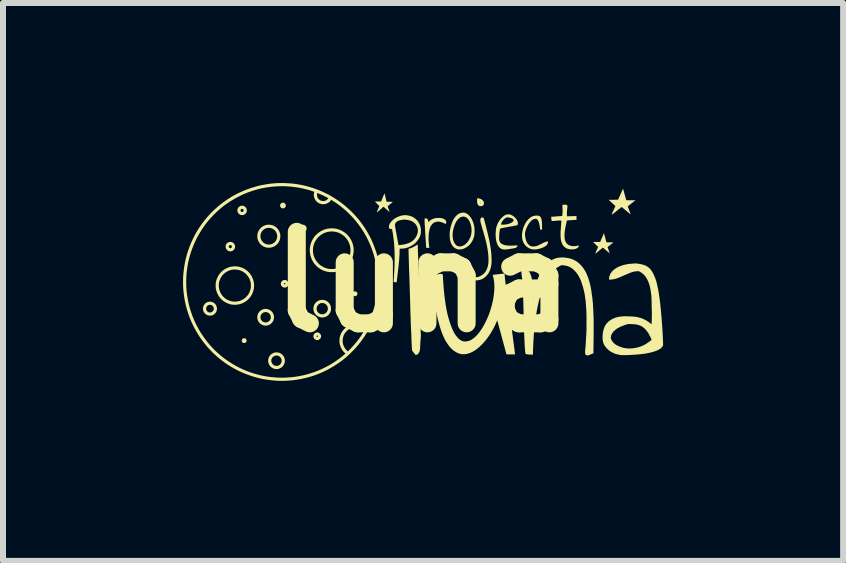
<source format=kicad_pcb>
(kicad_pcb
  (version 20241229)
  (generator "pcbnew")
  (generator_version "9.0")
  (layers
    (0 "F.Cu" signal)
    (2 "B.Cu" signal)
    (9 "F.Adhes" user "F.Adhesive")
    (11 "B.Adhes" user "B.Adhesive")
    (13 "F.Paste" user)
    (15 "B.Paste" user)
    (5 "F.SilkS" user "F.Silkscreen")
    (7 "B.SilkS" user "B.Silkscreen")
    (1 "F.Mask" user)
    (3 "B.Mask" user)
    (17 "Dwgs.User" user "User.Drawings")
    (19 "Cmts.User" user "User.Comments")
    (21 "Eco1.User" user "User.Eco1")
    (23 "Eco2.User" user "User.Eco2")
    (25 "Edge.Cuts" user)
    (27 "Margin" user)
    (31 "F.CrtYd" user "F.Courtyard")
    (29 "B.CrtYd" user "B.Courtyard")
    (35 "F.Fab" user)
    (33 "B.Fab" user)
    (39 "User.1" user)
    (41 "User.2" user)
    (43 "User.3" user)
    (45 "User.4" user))
  (footprint "luna"
    (layer "F.Cu")
    (at 4 1.648)
    (property "Reference" "luna" (at 0 0 0) (layer "F.SilkS") (effects (font (size 1.524 1.524) (thickness 0.3))))
    (attr board_only exclude_from_pos_files exclude_from_bom)
    (fp_poly (pts (xy -1.125 0.158) (xy -1.118 0.16) (xy -1.109 0.166) (xy -1.102 0.174) (xy -1.098 0.18) (xy -1.096 0.186) (xy -1.095 0.194) (xy -1.095 0.202) (xy -1.097 0.209) (xy -1.098 0.214) (xy -1.104 0.223) (xy -1.112 0.23) (xy -1.12 0.235) (xy -1.131 0.237) (xy -1.133 0.237) (xy -1.14 0.237) (xy -1.146 0.236) (xy -1.148 0.236) (xy -1.158 0.231) (xy -1.165 0.224) (xy -1.167 0.222) (xy -1.172 0.213) (xy -1.175 0.204) (xy -1.176 0.194) (xy -1.174 0.185) (xy -1.17 0.176) (xy -1.164 0.169) (xy -1.156 0.163) (xy -1.151 0.16) (xy -1.143 0.157) (xy -1.134 0.157)) (stroke (width 0) (type solid)) (fill yes) (layer "F.SilkS"))
    (fp_poly (pts (xy -2.976 0.938) (xy -2.971 0.939) (xy -2.967 0.94) (xy -2.964 0.942) (xy -2.955 0.947) (xy -2.949 0.954) (xy -2.944 0.962) (xy -2.942 0.971) (xy -2.941 0.98) (xy -2.942 0.989) (xy -2.946 0.997) (xy -2.951 1.005) (xy -2.958 1.011) (xy -2.963 1.014) (xy -2.971 1.017) (xy -2.98 1.018) (xy -2.989 1.018) (xy -2.995 1.016) (xy -3 1.014) (xy -3.005 1.011) (xy -3.008 1.008) (xy -3.015 1.001) (xy -3.019 0.992) (xy -3.022 0.983) (xy -3.022 0.974) (xy -3.02 0.965) (xy -3.015 0.956) (xy -3.009 0.949) (xy -3.001 0.943) (xy -2.999 0.942) (xy -2.995 0.94) (xy -2.991 0.939) (xy -2.987 0.938) (xy -2.982 0.938)) (stroke (width 0) (type solid)) (fill yes) (layer "F.SilkS"))
    (fp_poly (pts (xy -2.326 -1.32) (xy -2.316 -1.317) (xy -2.307 -1.311) (xy -2.299 -1.304) (xy -2.293 -1.296) (xy -2.292 -1.293) (xy -2.29 -1.29) (xy -2.289 -1.286) (xy -2.289 -1.282) (xy -2.289 -1.276) (xy -2.289 -1.273) (xy -2.289 -1.264) (xy -2.29 -1.257) (xy -2.293 -1.251) (xy -2.297 -1.245) (xy -2.3 -1.241) (xy -2.308 -1.234) (xy -2.316 -1.23) (xy -2.326 -1.227) (xy -2.337 -1.226) (xy -2.346 -1.227) (xy -2.35 -1.228) (xy -2.36 -1.232) (xy -2.368 -1.239) (xy -2.375 -1.247) (xy -2.378 -1.253) (xy -2.38 -1.256) (xy -2.381 -1.259) (xy -2.382 -1.263) (xy -2.382 -1.268) (xy -2.382 -1.273) (xy -2.382 -1.279) (xy -2.382 -1.284) (xy -2.381 -1.288) (xy -2.38 -1.291) (xy -2.378 -1.294) (xy -2.374 -1.301) (xy -2.368 -1.307) (xy -2.361 -1.313) (xy -2.356 -1.316) (xy -2.347 -1.32) (xy -2.336 -1.321)) (stroke (width 0) (type solid)) (fill yes) (layer "F.SilkS"))
    (fp_poly (pts (xy -2.152 -0.442) (xy -2.142 -0.438) (xy -2.133 -0.433) (xy -2.124 -0.426) (xy -2.117 -0.416) (xy -2.115 -0.411) (xy -2.113 -0.407) (xy -2.111 -0.403) (xy -2.11 -0.4) (xy -2.11 -0.395) (xy -2.11 -0.389) (xy -2.11 -0.388) (xy -2.11 -0.381) (xy -2.11 -0.377) (xy -2.111 -0.373) (xy -2.112 -0.37) (xy -2.114 -0.365) (xy -2.114 -0.365) (xy -2.121 -0.354) (xy -2.129 -0.346) (xy -2.139 -0.339) (xy -2.141 -0.338) (xy -2.146 -0.335) (xy -2.15 -0.334) (xy -2.155 -0.333) (xy -2.16 -0.333) (xy -2.163 -0.332) (xy -2.171 -0.332) (xy -2.177 -0.333) (xy -2.181 -0.334) (xy -2.192 -0.339) (xy -2.202 -0.346) (xy -2.21 -0.354) (xy -2.215 -0.363) (xy -2.219 -0.374) (xy -2.221 -0.385) (xy -2.22 -0.396) (xy -2.217 -0.407) (xy -2.216 -0.411) (xy -2.209 -0.422) (xy -2.202 -0.43) (xy -2.193 -0.436) (xy -2.183 -0.441) (xy -2.173 -0.443) (xy -2.162 -0.443)) (stroke (width 0) (type solid)) (fill yes) (layer "F.SilkS"))
    (fp_poly (pts (xy 0.91 -1.394) (xy 0.929 -1.391) (xy 0.947 -1.387) (xy 0.963 -1.381) (xy 0.977 -1.373) (xy 0.989 -1.364) (xy 0.993 -1.36) (xy 1.002 -1.349) (xy 1.009 -1.339) (xy 1.013 -1.327) (xy 1.014 -1.316) (xy 1.014 -1.305) (xy 1.011 -1.293) (xy 1.007 -1.284) (xy 1.001 -1.276) (xy 0.992 -1.27) (xy 0.983 -1.266) (xy 0.971 -1.263) (xy 0.96 -1.263) (xy 0.954 -1.263) (xy 0.948 -1.264) (xy 0.944 -1.264) (xy 0.944 -1.264) (xy 0.934 -1.268) (xy 0.925 -1.274) (xy 0.917 -1.282) (xy 0.91 -1.292) (xy 0.905 -1.304) (xy 0.903 -1.313) (xy 0.956 -1.313) (xy 0.958 -1.31) (xy 0.961 -1.31) (xy 0.964 -1.311) (xy 0.965 -1.313) (xy 0.965 -1.317) (xy 0.963 -1.319) (xy 0.961 -1.32) (xy 0.958 -1.319) (xy 0.957 -1.317) (xy 0.957 -1.317) (xy 0.956 -1.313) (xy 0.903 -1.313) (xy 0.902 -1.317) (xy 0.902 -1.318) (xy 0.901 -1.325) (xy 0.901 -1.335) (xy 0.9 -1.345) (xy 0.9 -1.356) (xy 0.9 -1.367) (xy 0.9 -1.377) (xy 0.901 -1.385) (xy 0.902 -1.395)) (stroke (width 0) (type solid)) (fill yes) (layer "F.SilkS"))
    (fp_poly (pts (xy -1.755 0.842) (xy -1.743 0.845) (xy -1.733 0.85) (xy -1.723 0.856) (xy -1.715 0.865) (xy -1.708 0.874) (xy -1.703 0.885) (xy -1.701 0.897) (xy -1.7 0.905) (xy -1.701 0.918) (xy -1.704 0.929) (xy -1.71 0.939) (xy -1.718 0.949) (xy -1.727 0.957) (xy -1.738 0.964) (xy -1.75 0.968) (xy -1.763 0.969) (xy -1.776 0.968) (xy -1.78 0.967) (xy -1.792 0.963) (xy -1.802 0.956) (xy -1.811 0.947) (xy -1.819 0.937) (xy -1.824 0.926) (xy -1.827 0.915) (xy -1.827 0.906) (xy -1.775 0.906) (xy -1.774 0.91) (xy -1.772 0.913) (xy -1.768 0.915) (xy -1.763 0.916) (xy -1.758 0.915) (xy -1.756 0.913) (xy -1.753 0.909) (xy -1.752 0.904) (xy -1.754 0.899) (xy -1.758 0.896) (xy -1.759 0.895) (xy -1.763 0.894) (xy -1.768 0.895) (xy -1.771 0.898) (xy -1.774 0.901) (xy -1.775 0.906) (xy -1.827 0.906) (xy -1.828 0.903) (xy -1.826 0.891) (xy -1.822 0.879) (xy -1.816 0.869) (xy -1.808 0.86) (xy -1.798 0.852) (xy -1.787 0.846) (xy -1.779 0.843) (xy -1.767 0.841)) (stroke (width 0) (type solid)) (fill yes) (layer "F.SilkS"))
    (fp_poly (pts (xy -2.163 0.359) (xy -2.151 0.362) (xy -2.14 0.367) (xy -2.13 0.374) (xy -2.121 0.383) (xy -2.114 0.393) (xy -2.11 0.405) (xy -2.108 0.413) (xy -2.107 0.425) (xy -2.109 0.437) (xy -2.113 0.448) (xy -2.119 0.459) (xy -2.127 0.468) (xy -2.135 0.475) (xy -2.146 0.481) (xy -2.158 0.485) (xy -2.17 0.486) (xy -2.181 0.486) (xy -2.186 0.485) (xy -2.197 0.48) (xy -2.208 0.474) (xy -2.218 0.466) (xy -2.225 0.456) (xy -2.227 0.453) (xy -2.232 0.443) (xy -2.234 0.431) (xy -2.234 0.424) (xy -2.182 0.424) (xy -2.181 0.428) (xy -2.179 0.431) (xy -2.176 0.433) (xy -2.173 0.433) (xy -2.17 0.433) (xy -2.166 0.433) (xy -2.163 0.431) (xy -2.163 0.43) (xy -2.16 0.425) (xy -2.16 0.42) (xy -2.163 0.415) (xy -2.164 0.414) (xy -2.169 0.411) (xy -2.174 0.411) (xy -2.178 0.414) (xy -2.18 0.415) (xy -2.182 0.419) (xy -2.182 0.424) (xy -2.234 0.424) (xy -2.235 0.419) (xy -2.233 0.407) (xy -2.229 0.396) (xy -2.224 0.386) (xy -2.215 0.377) (xy -2.205 0.369) (xy -2.194 0.363) (xy -2.182 0.36) (xy -2.176 0.359)) (stroke (width 0) (type solid)) (fill yes) (layer "F.SilkS"))
    (fp_poly (pts (xy -1.996 -0.953) (xy -1.984 -0.95) (xy -1.973 -0.945) (xy -1.962 -0.938) (xy -1.958 -0.933) (xy -1.95 -0.923) (xy -1.945 -0.911) (xy -1.942 -0.899) (xy -1.941 -0.887) (xy -1.943 -0.874) (xy -1.948 -0.862) (xy -1.949 -0.859) (xy -1.955 -0.85) (xy -1.963 -0.842) (xy -1.973 -0.835) (xy -1.983 -0.83) (xy -1.988 -0.829) (xy -1.996 -0.827) (xy -2.005 -0.827) (xy -2.014 -0.827) (xy -2.022 -0.829) (xy -2.024 -0.829) (xy -2.036 -0.834) (xy -2.046 -0.841) (xy -2.054 -0.85) (xy -2.061 -0.86) (xy -2.066 -0.871) (xy -2.068 -0.882) (xy -2.069 -0.89) (xy -2.016 -0.89) (xy -2.015 -0.885) (xy -2.012 -0.881) (xy -2.008 -0.879) (xy -2.003 -0.879) (xy -1.999 -0.881) (xy -1.998 -0.882) (xy -1.995 -0.886) (xy -1.994 -0.891) (xy -1.996 -0.896) (xy -1.997 -0.897) (xy -2.001 -0.9) (xy -2.005 -0.901) (xy -2.01 -0.9) (xy -2.013 -0.898) (xy -2.016 -0.893) (xy -2.016 -0.89) (xy -2.069 -0.89) (xy -2.069 -0.894) (xy -2.067 -0.906) (xy -2.065 -0.912) (xy -2.06 -0.924) (xy -2.052 -0.933) (xy -2.043 -0.942) (xy -2.033 -0.948) (xy -2.02 -0.952) (xy -2.008 -0.954)) (stroke (width 0) (type solid)) (fill yes) (layer "F.SilkS"))
    (fp_poly (pts (xy -2.295 -0.032) (xy -2.284 -0.029) (xy -2.274 -0.024) (xy -2.273 -0.024) (xy -2.264 -0.017) (xy -2.256 -0.007) (xy -2.249 0.003) (xy -2.245 0.015) (xy -2.243 0.026) (xy -2.243 0.036) (xy -2.246 0.048) (xy -2.25 0.059) (xy -2.256 0.069) (xy -2.264 0.078) (xy -2.264 0.078) (xy -2.271 0.083) (xy -2.28 0.088) (xy -2.289 0.091) (xy -2.297 0.093) (xy -2.297 0.093) (xy -2.302 0.094) (xy -2.306 0.094) (xy -2.309 0.094) (xy -2.313 0.094) (xy -2.317 0.093) (xy -2.329 0.09) (xy -2.341 0.084) (xy -2.35 0.077) (xy -2.358 0.068) (xy -2.365 0.057) (xy -2.369 0.046) (xy -2.37 0.033) (xy -2.37 0.03) (xy -2.318 0.03) (xy -2.317 0.034) (xy -2.315 0.038) (xy -2.311 0.04) (xy -2.307 0.041) (xy -2.303 0.04) (xy -2.3 0.039) (xy -2.297 0.036) (xy -2.296 0.032) (xy -2.296 0.031) (xy -2.297 0.025) (xy -2.3 0.021) (xy -2.304 0.019) (xy -2.309 0.019) (xy -2.313 0.021) (xy -2.314 0.022) (xy -2.317 0.026) (xy -2.318 0.03) (xy -2.37 0.03) (xy -2.37 0.026) (xy -2.368 0.013) (xy -2.364 0.002) (xy -2.357 -0.009) (xy -2.349 -0.017) (xy -2.339 -0.025) (xy -2.328 -0.03) (xy -2.316 -0.033) (xy -2.307 -0.033)) (stroke (width 0) (type solid)) (fill yes) (layer "F.SilkS"))
    (fp_poly (pts (xy -3.197 -0.666) (xy -3.184 -0.662) (xy -3.171 -0.656) (xy -3.16 -0.648) (xy -3.15 -0.637) (xy -3.15 -0.637) (xy -3.142 -0.624) (xy -3.137 -0.612) (xy -3.134 -0.598) (xy -3.133 -0.585) (xy -3.135 -0.571) (xy -3.139 -0.558) (xy -3.146 -0.546) (xy -3.155 -0.535) (xy -3.157 -0.533) (xy -3.168 -0.523) (xy -3.18 -0.516) (xy -3.193 -0.512) (xy -3.207 -0.51) (xy -3.221 -0.51) (xy -3.232 -0.512) (xy -3.245 -0.517) (xy -3.257 -0.524) (xy -3.267 -0.533) (xy -3.276 -0.543) (xy -3.283 -0.555) (xy -3.288 -0.568) (xy -3.289 -0.57) (xy -3.29 -0.579) (xy -3.29 -0.589) (xy -3.29 -0.592) (xy -3.238 -0.592) (xy -3.238 -0.585) (xy -3.236 -0.577) (xy -3.231 -0.571) (xy -3.225 -0.566) (xy -3.219 -0.563) (xy -3.214 -0.562) (xy -3.21 -0.562) (xy -3.205 -0.563) (xy -3.202 -0.564) (xy -3.197 -0.567) (xy -3.192 -0.572) (xy -3.188 -0.578) (xy -3.186 -0.584) (xy -3.185 -0.589) (xy -3.187 -0.595) (xy -3.19 -0.602) (xy -3.194 -0.608) (xy -3.2 -0.612) (xy -3.201 -0.612) (xy -3.208 -0.614) (xy -3.216 -0.614) (xy -3.223 -0.612) (xy -3.23 -0.608) (xy -3.234 -0.602) (xy -3.238 -0.595) (xy -3.238 -0.592) (xy -3.29 -0.592) (xy -3.29 -0.6) (xy -3.288 -0.609) (xy -3.287 -0.614) (xy -3.281 -0.627) (xy -3.273 -0.639) (xy -3.263 -0.648) (xy -3.252 -0.656) (xy -3.239 -0.662) (xy -3.226 -0.666) (xy -3.212 -0.667)) (stroke (width 0) (type solid)) (fill yes) (layer "F.SilkS"))
    (fp_poly (pts (xy -3.002 -1.27) (xy -2.989 -1.266) (xy -2.977 -1.26) (xy -2.965 -1.252) (xy -2.961 -1.247) (xy -2.951 -1.237) (xy -2.944 -1.225) (xy -2.94 -1.213) (xy -2.938 -1.2) (xy -2.937 -1.192) (xy -2.938 -1.178) (xy -2.941 -1.166) (xy -2.947 -1.154) (xy -2.954 -1.143) (xy -2.961 -1.137) (xy -2.97 -1.128) (xy -2.979 -1.122) (xy -2.989 -1.118) (xy -2.997 -1.115) (xy -3.005 -1.114) (xy -3.014 -1.114) (xy -3.023 -1.114) (xy -3.032 -1.115) (xy -3.037 -1.116) (xy -3.05 -1.121) (xy -3.062 -1.128) (xy -3.073 -1.138) (xy -3.081 -1.148) (xy -3.088 -1.16) (xy -3.093 -1.173) (xy -3.093 -1.174) (xy -3.095 -1.188) (xy -3.095 -1.19) (xy -3.042 -1.19) (xy -3.041 -1.184) (xy -3.038 -1.178) (xy -3.033 -1.172) (xy -3.028 -1.169) (xy -3.021 -1.166) (xy -3.014 -1.166) (xy -3.007 -1.167) (xy -3.003 -1.169) (xy -2.997 -1.174) (xy -2.993 -1.18) (xy -2.99 -1.187) (xy -2.99 -1.189) (xy -2.99 -1.194) (xy -2.99 -1.197) (xy -2.992 -1.202) (xy -2.993 -1.203) (xy -2.997 -1.21) (xy -3.003 -1.215) (xy -3.01 -1.218) (xy -3.018 -1.218) (xy -3.025 -1.216) (xy -3.032 -1.212) (xy -3.034 -1.21) (xy -3.039 -1.204) (xy -3.042 -1.197) (xy -3.042 -1.19) (xy -3.095 -1.19) (xy -3.094 -1.201) (xy -3.091 -1.215) (xy -3.086 -1.227) (xy -3.079 -1.239) (xy -3.07 -1.249) (xy -3.059 -1.257) (xy -3.051 -1.262) (xy -3.041 -1.267) (xy -3.032 -1.269) (xy -3.023 -1.27) (xy -3.016 -1.271)) (stroke (width 0) (type solid)) (fill yes) (layer "F.SilkS"))
    (fp_poly (pts (xy -3.533 0.33) (xy -3.526 0.331) (xy -3.51 0.336) (xy -3.494 0.344) (xy -3.48 0.353) (xy -3.468 0.363) (xy -3.458 0.376) (xy -3.449 0.389) (xy -3.443 0.404) (xy -3.438 0.419) (xy -3.435 0.435) (xy -3.435 0.451) (xy -3.437 0.467) (xy -3.441 0.483) (xy -3.447 0.497) (xy -3.454 0.509) (xy -3.461 0.519) (xy -3.467 0.526) (xy -3.479 0.537) (xy -3.492 0.546) (xy -3.506 0.553) (xy -3.517 0.557) (xy -3.522 0.558) (xy -3.527 0.559) (xy -3.532 0.56) (xy -3.538 0.56) (xy -3.545 0.561) (xy -3.548 0.561) (xy -3.559 0.561) (xy -3.567 0.561) (xy -3.574 0.56) (xy -3.576 0.559) (xy -3.593 0.554) (xy -3.608 0.547) (xy -3.623 0.537) (xy -3.635 0.526) (xy -3.646 0.513) (xy -3.655 0.499) (xy -3.662 0.483) (xy -3.666 0.466) (xy -3.667 0.457) (xy -3.668 0.446) (xy -3.668 0.44) (xy -3.615 0.44) (xy -3.615 0.452) (xy -3.612 0.465) (xy -3.612 0.466) (xy -3.607 0.478) (xy -3.599 0.488) (xy -3.59 0.496) (xy -3.58 0.502) (xy -3.569 0.507) (xy -3.557 0.509) (xy -3.544 0.509) (xy -3.538 0.508) (xy -3.527 0.504) (xy -3.516 0.498) (xy -3.506 0.49) (xy -3.499 0.481) (xy -3.493 0.471) (xy -3.489 0.459) (xy -3.487 0.447) (xy -3.488 0.437) (xy -3.491 0.424) (xy -3.496 0.414) (xy -3.503 0.404) (xy -3.509 0.398) (xy -3.518 0.39) (xy -3.529 0.385) (xy -3.54 0.382) (xy -3.552 0.381) (xy -3.565 0.383) (xy -3.576 0.386) (xy -3.587 0.392) (xy -3.596 0.399) (xy -3.603 0.408) (xy -3.609 0.418) (xy -3.613 0.429) (xy -3.615 0.44) (xy -3.668 0.44) (xy -3.667 0.435) (xy -3.666 0.425) (xy -3.665 0.416) (xy -3.664 0.414) (xy -3.658 0.397) (xy -3.649 0.382) (xy -3.639 0.368) (xy -3.627 0.356) (xy -3.613 0.346) (xy -3.597 0.338) (xy -3.58 0.332) (xy -3.58 0.332) (xy -3.569 0.33) (xy -3.557 0.329) (xy -3.545 0.329)) (stroke (width 0) (type solid)) (fill yes) (layer "F.SilkS"))
    (fp_poly (pts (xy -1.66 0.3) (xy -1.643 0.303) (xy -1.634 0.306) (xy -1.616 0.313) (xy -1.6 0.323) (xy -1.585 0.334) (xy -1.572 0.347) (xy -1.56 0.362) (xy -1.551 0.377) (xy -1.543 0.394) (xy -1.538 0.411) (xy -1.535 0.43) (xy -1.534 0.448) (xy -1.535 0.467) (xy -1.539 0.485) (xy -1.546 0.503) (xy -1.555 0.521) (xy -1.566 0.536) (xy -1.578 0.55) (xy -1.586 0.557) (xy -1.601 0.569) (xy -1.617 0.578) (xy -1.634 0.584) (xy -1.645 0.588) (xy -1.655 0.59) (xy -1.666 0.591) (xy -1.677 0.592) (xy -1.689 0.592) (xy -1.699 0.591) (xy -1.705 0.59) (xy -1.725 0.585) (xy -1.743 0.578) (xy -1.76 0.569) (xy -1.776 0.557) (xy -1.785 0.549) (xy -1.798 0.534) (xy -1.808 0.518) (xy -1.817 0.501) (xy -1.823 0.483) (xy -1.826 0.465) (xy -1.828 0.446) (xy -1.827 0.443) (xy -1.775 0.443) (xy -1.774 0.458) (xy -1.771 0.472) (xy -1.767 0.484) (xy -1.759 0.498) (xy -1.749 0.51) (xy -1.738 0.52) (xy -1.725 0.528) (xy -1.711 0.534) (xy -1.697 0.538) (xy -1.682 0.539) (xy -1.666 0.538) (xy -1.658 0.537) (xy -1.644 0.532) (xy -1.63 0.525) (xy -1.618 0.516) (xy -1.608 0.505) (xy -1.6 0.493) (xy -1.593 0.479) (xy -1.589 0.465) (xy -1.587 0.45) (xy -1.587 0.445) (xy -1.588 0.432) (xy -1.59 0.42) (xy -1.595 0.407) (xy -1.597 0.403) (xy -1.6 0.396) (xy -1.603 0.391) (xy -1.607 0.386) (xy -1.612 0.381) (xy -1.615 0.379) (xy -1.627 0.368) (xy -1.639 0.36) (xy -1.653 0.355) (xy -1.668 0.352) (xy -1.675 0.351) (xy -1.691 0.351) (xy -1.705 0.354) (xy -1.719 0.359) (xy -1.732 0.367) (xy -1.744 0.376) (xy -1.754 0.387) (xy -1.763 0.399) (xy -1.769 0.413) (xy -1.77 0.415) (xy -1.773 0.429) (xy -1.775 0.443) (xy -1.827 0.443) (xy -1.827 0.428) (xy -1.823 0.409) (xy -1.817 0.391) (xy -1.809 0.374) (xy -1.803 0.365) (xy -1.792 0.349) (xy -1.778 0.335) (xy -1.763 0.323) (xy -1.745 0.313) (xy -1.728 0.306) (xy -1.712 0.302) (xy -1.695 0.299) (xy -1.677 0.299)) (stroke (width 0) (type solid)) (fill yes) (layer "F.SilkS"))
    (fp_poly (pts (xy -2.61 0.45) (xy -2.598 0.452) (xy -2.596 0.452) (xy -2.578 0.457) (xy -2.561 0.464) (xy -2.546 0.473) (xy -2.531 0.484) (xy -2.523 0.493) (xy -2.51 0.507) (xy -2.501 0.523) (xy -2.493 0.54) (xy -2.488 0.557) (xy -2.485 0.575) (xy -2.484 0.593) (xy -2.486 0.611) (xy -2.491 0.629) (xy -2.497 0.647) (xy -2.506 0.663) (xy -2.507 0.665) (xy -2.519 0.68) (xy -2.532 0.693) (xy -2.547 0.705) (xy -2.563 0.714) (xy -2.581 0.721) (xy -2.582 0.721) (xy -2.594 0.725) (xy -2.609 0.727) (xy -2.623 0.728) (xy -2.637 0.727) (xy -2.643 0.727) (xy -2.662 0.723) (xy -2.68 0.716) (xy -2.696 0.707) (xy -2.712 0.696) (xy -2.725 0.683) (xy -2.737 0.669) (xy -2.746 0.655) (xy -2.754 0.639) (xy -2.759 0.622) (xy -2.761 0.612) (xy -2.762 0.601) (xy -2.762 0.594) (xy -2.71 0.594) (xy -2.709 0.603) (xy -2.707 0.611) (xy -2.702 0.626) (xy -2.694 0.639) (xy -2.684 0.65) (xy -2.673 0.66) (xy -2.66 0.667) (xy -2.646 0.672) (xy -2.645 0.673) (xy -2.639 0.674) (xy -2.631 0.674) (xy -2.622 0.675) (xy -2.613 0.674) (xy -2.605 0.673) (xy -2.603 0.673) (xy -2.589 0.668) (xy -2.577 0.661) (xy -2.565 0.652) (xy -2.555 0.641) (xy -2.547 0.629) (xy -2.547 0.628) (xy -2.542 0.617) (xy -2.539 0.606) (xy -2.538 0.594) (xy -2.537 0.589) (xy -2.539 0.573) (xy -2.542 0.559) (xy -2.548 0.546) (xy -2.556 0.534) (xy -2.567 0.523) (xy -2.579 0.514) (xy -2.588 0.51) (xy -2.602 0.505) (xy -2.616 0.502) (xy -2.63 0.502) (xy -2.644 0.504) (xy -2.657 0.508) (xy -2.669 0.515) (xy -2.68 0.523) (xy -2.69 0.533) (xy -2.698 0.545) (xy -2.705 0.558) (xy -2.707 0.564) (xy -2.709 0.573) (xy -2.71 0.583) (xy -2.71 0.594) (xy -2.762 0.594) (xy -2.763 0.589) (xy -2.762 0.578) (xy -2.761 0.567) (xy -2.761 0.564) (xy -2.756 0.545) (xy -2.749 0.527) (xy -2.739 0.511) (xy -2.728 0.496) (xy -2.715 0.483) (xy -2.7 0.472) (xy -2.684 0.463) (xy -2.666 0.456) (xy -2.658 0.453) (xy -2.647 0.451) (xy -2.635 0.45) (xy -2.622 0.45)) (stroke (width 0) (type solid)) (fill yes) (layer "F.SilkS"))
    (fp_poly (pts (xy -2.442 1.174) (xy -2.433 1.174) (xy -2.427 1.174) (xy -2.421 1.175) (xy -2.417 1.176) (xy -2.412 1.177) (xy -2.407 1.178) (xy -2.391 1.183) (xy -2.375 1.191) (xy -2.36 1.201) (xy -2.346 1.212) (xy -2.341 1.217) (xy -2.329 1.232) (xy -2.319 1.248) (xy -2.312 1.265) (xy -2.307 1.282) (xy -2.304 1.301) (xy -2.303 1.319) (xy -2.304 1.326) (xy -2.306 1.34) (xy -2.309 1.353) (xy -2.314 1.365) (xy -2.317 1.373) (xy -2.327 1.389) (xy -2.338 1.404) (xy -2.351 1.418) (xy -2.366 1.429) (xy -2.383 1.438) (xy -2.4 1.446) (xy -2.41 1.448) (xy -2.418 1.45) (xy -2.429 1.451) (xy -2.44 1.452) (xy -2.45 1.452) (xy -2.46 1.451) (xy -2.467 1.45) (xy -2.486 1.445) (xy -2.503 1.438) (xy -2.52 1.429) (xy -2.535 1.417) (xy -2.548 1.404) (xy -2.559 1.388) (xy -2.567 1.374) (xy -2.575 1.356) (xy -2.58 1.338) (xy -2.582 1.319) (xy -2.582 1.317) (xy -2.529 1.317) (xy -2.527 1.332) (xy -2.522 1.346) (xy -2.52 1.351) (xy -2.512 1.364) (xy -2.503 1.375) (xy -2.492 1.384) (xy -2.479 1.391) (xy -2.466 1.396) (xy -2.452 1.399) (xy -2.437 1.399) (xy -2.422 1.397) (xy -2.421 1.397) (xy -2.407 1.392) (xy -2.395 1.385) (xy -2.384 1.376) (xy -2.374 1.366) (xy -2.367 1.354) (xy -2.361 1.341) (xy -2.357 1.328) (xy -2.356 1.313) (xy -2.357 1.299) (xy -2.359 1.292) (xy -2.364 1.278) (xy -2.371 1.265) (xy -2.38 1.253) (xy -2.391 1.243) (xy -2.403 1.235) (xy -2.417 1.23) (xy -2.421 1.228) (xy -2.43 1.227) (xy -2.44 1.226) (xy -2.45 1.227) (xy -2.46 1.228) (xy -2.464 1.229) (xy -2.478 1.234) (xy -2.491 1.241) (xy -2.502 1.25) (xy -2.512 1.26) (xy -2.519 1.273) (xy -2.52 1.273) (xy -2.526 1.288) (xy -2.529 1.303) (xy -2.529 1.317) (xy -2.582 1.317) (xy -2.581 1.301) (xy -2.578 1.282) (xy -2.573 1.264) (xy -2.568 1.253) (xy -2.559 1.236) (xy -2.547 1.221) (xy -2.534 1.208) (xy -2.519 1.196) (xy -2.502 1.187) (xy -2.484 1.18) (xy -2.475 1.177) (xy -2.47 1.176) (xy -2.465 1.175) (xy -2.459 1.175) (xy -2.453 1.174) (xy -2.444 1.174)) (stroke (width 0) (type solid)) (fill yes) (layer "F.SilkS"))
    (fp_poly (pts (xy 3.014 -0.81) (xy 3.015 -0.809) (xy 3.016 -0.805) (xy 3.017 -0.799) (xy 3.019 -0.792) (xy 3.022 -0.782) (xy 3.025 -0.771) (xy 3.028 -0.759) (xy 3.032 -0.746) (xy 3.035 -0.735) (xy 3.054 -0.661) (xy 3.113 -0.66) (xy 3.172 -0.659) (xy 3.123 -0.62) (xy 3.11 -0.611) (xy 3.1 -0.602) (xy 3.092 -0.596) (xy 3.085 -0.59) (xy 3.081 -0.586) (xy 3.077 -0.583) (xy 3.075 -0.581) (xy 3.074 -0.579) (xy 3.074 -0.579) (xy 3.076 -0.575) (xy 3.078 -0.569) (xy 3.08 -0.562) (xy 3.083 -0.554) (xy 3.087 -0.545) (xy 3.09 -0.535) (xy 3.093 -0.525) (xy 3.097 -0.515) (xy 3.1 -0.506) (xy 3.103 -0.497) (xy 3.106 -0.49) (xy 3.108 -0.484) (xy 3.109 -0.479) (xy 3.11 -0.477) (xy 3.11 -0.476) (xy 3.109 -0.477) (xy 3.106 -0.479) (xy 3.102 -0.483) (xy 3.096 -0.488) (xy 3.088 -0.494) (xy 3.08 -0.502) (xy 3.07 -0.509) (xy 3.06 -0.518) (xy 3.053 -0.524) (xy 3.043 -0.533) (xy 3.033 -0.541) (xy 3.024 -0.549) (xy 3.015 -0.556) (xy 3.008 -0.562) (xy 3.003 -0.566) (xy 2.998 -0.569) (xy 2.996 -0.571) (xy 2.995 -0.572) (xy 2.994 -0.571) (xy 2.991 -0.568) (xy 2.986 -0.564) (xy 2.98 -0.559) (xy 2.972 -0.553) (xy 2.963 -0.546) (xy 2.954 -0.538) (xy 2.943 -0.529) (xy 2.936 -0.523) (xy 2.925 -0.514) (xy 2.915 -0.506) (xy 2.906 -0.498) (xy 2.898 -0.491) (xy 2.89 -0.486) (xy 2.884 -0.481) (xy 2.88 -0.477) (xy 2.878 -0.475) (xy 2.877 -0.475) (xy 2.875 -0.476) (xy 2.873 -0.477) (xy 2.872 -0.478) (xy 2.872 -0.479) (xy 2.872 -0.48) (xy 2.872 -0.482) (xy 2.873 -0.485) (xy 2.875 -0.489) (xy 2.877 -0.494) (xy 2.88 -0.5) (xy 2.883 -0.509) (xy 2.888 -0.519) (xy 2.893 -0.531) (xy 2.898 -0.542) (xy 2.903 -0.552) (xy 2.907 -0.561) (xy 2.911 -0.569) (xy 2.914 -0.575) (xy 2.916 -0.58) (xy 2.917 -0.582) (xy 2.917 -0.583) (xy 2.916 -0.584) (xy 2.914 -0.587) (xy 2.909 -0.591) (xy 2.904 -0.596) (xy 2.897 -0.603) (xy 2.89 -0.61) (xy 2.881 -0.618) (xy 2.875 -0.625) (xy 2.832 -0.666) (xy 2.891 -0.667) (xy 2.951 -0.667) (xy 2.98 -0.735) (xy 2.986 -0.747) (xy 2.991 -0.76) (xy 2.996 -0.771) (xy 3 -0.781) (xy 3.004 -0.79) (xy 3.007 -0.797) (xy 3.01 -0.802) (xy 3.011 -0.806) (xy 3.011 -0.807) (xy 3.013 -0.809) (xy 3.014 -0.81)) (stroke (width 0) (type solid)) (fill yes) (layer "F.SilkS"))
    (fp_poly (pts (xy -2.55 -0.953) (xy -2.529 -0.949) (xy -2.508 -0.944) (xy -2.489 -0.936) (xy -2.47 -0.925) (xy -2.452 -0.913) (xy -2.436 -0.899) (xy -2.422 -0.883) (xy -2.409 -0.865) (xy -2.399 -0.848) (xy -2.391 -0.828) (xy -2.384 -0.807) (xy -2.38 -0.786) (xy -2.379 -0.764) (xy -2.38 -0.743) (xy -2.383 -0.722) (xy -2.389 -0.701) (xy -2.397 -0.681) (xy -2.407 -0.662) (xy -2.408 -0.66) (xy -2.422 -0.641) (xy -2.437 -0.624) (xy -2.454 -0.61) (xy -2.472 -0.597) (xy -2.492 -0.587) (xy -2.513 -0.579) (xy -2.535 -0.573) (xy -2.542 -0.572) (xy -2.55 -0.571) (xy -2.559 -0.571) (xy -2.568 -0.57) (xy -2.576 -0.57) (xy -2.583 -0.57) (xy -2.587 -0.57) (xy -2.609 -0.574) (xy -2.63 -0.579) (xy -2.649 -0.586) (xy -2.667 -0.596) (xy -2.684 -0.607) (xy -2.692 -0.613) (xy -2.708 -0.627) (xy -2.722 -0.644) (xy -2.735 -0.662) (xy -2.745 -0.682) (xy -2.754 -0.703) (xy -2.759 -0.722) (xy -2.761 -0.732) (xy -2.762 -0.743) (xy -2.762 -0.755) (xy -2.762 -0.759) (xy -2.71 -0.759) (xy -2.709 -0.741) (xy -2.705 -0.724) (xy -2.699 -0.707) (xy -2.691 -0.691) (xy -2.68 -0.676) (xy -2.668 -0.662) (xy -2.653 -0.649) (xy -2.637 -0.639) (xy -2.62 -0.631) (xy -2.602 -0.626) (xy -2.583 -0.623) (xy -2.572 -0.623) (xy -2.564 -0.623) (xy -2.556 -0.623) (xy -2.549 -0.624) (xy -2.546 -0.625) (xy -2.527 -0.63) (xy -2.509 -0.637) (xy -2.493 -0.646) (xy -2.478 -0.658) (xy -2.465 -0.671) (xy -2.454 -0.686) (xy -2.444 -0.703) (xy -2.442 -0.709) (xy -2.436 -0.727) (xy -2.432 -0.745) (xy -2.431 -0.764) (xy -2.433 -0.782) (xy -2.437 -0.799) (xy -2.443 -0.817) (xy -2.451 -0.833) (xy -2.461 -0.848) (xy -2.473 -0.862) (xy -2.486 -0.872) (xy -2.502 -0.883) (xy -2.518 -0.891) (xy -2.536 -0.897) (xy -2.554 -0.9) (xy -2.572 -0.901) (xy -2.59 -0.9) (xy -2.607 -0.897) (xy -2.624 -0.891) (xy -2.641 -0.883) (xy -2.656 -0.872) (xy -2.67 -0.86) (xy -2.671 -0.859) (xy -2.684 -0.844) (xy -2.694 -0.828) (xy -2.701 -0.812) (xy -2.707 -0.794) (xy -2.71 -0.777) (xy -2.71 -0.759) (xy -2.762 -0.759) (xy -2.762 -0.768) (xy -2.762 -0.779) (xy -2.761 -0.789) (xy -2.761 -0.79) (xy -2.756 -0.813) (xy -2.749 -0.834) (xy -2.74 -0.853) (xy -2.728 -0.872) (xy -2.714 -0.889) (xy -2.705 -0.899) (xy -2.688 -0.914) (xy -2.67 -0.926) (xy -2.65 -0.937) (xy -2.629 -0.945) (xy -2.615 -0.949) (xy -2.593 -0.953) (xy -2.572 -0.954)) (stroke (width 0) (type solid)) (fill yes) (layer "F.SilkS"))
    (fp_poly (pts (xy -0.643 -1.475) (xy -0.643 -1.475) (xy -0.642 -1.473) (xy -0.641 -1.469) (xy -0.64 -1.463) (xy -0.638 -1.455) (xy -0.635 -1.446) (xy -0.632 -1.435) (xy -0.629 -1.423) (xy -0.626 -1.41) (xy -0.625 -1.404) (xy -0.608 -1.336) (xy -0.598 -1.336) (xy -0.594 -1.336) (xy -0.587 -1.336) (xy -0.579 -1.336) (xy -0.57 -1.335) (xy -0.56 -1.335) (xy -0.549 -1.335) (xy -0.546 -1.335) (xy -0.504 -1.334) (xy -0.545 -1.299) (xy -0.555 -1.292) (xy -0.563 -1.285) (xy -0.571 -1.278) (xy -0.577 -1.273) (xy -0.583 -1.268) (xy -0.586 -1.265) (xy -0.589 -1.263) (xy -0.589 -1.263) (xy -0.589 -1.263) (xy -0.589 -1.261) (xy -0.589 -1.259) (xy -0.588 -1.256) (xy -0.587 -1.252) (xy -0.585 -1.246) (xy -0.583 -1.238) (xy -0.58 -1.229) (xy -0.576 -1.217) (xy -0.574 -1.213) (xy -0.57 -1.202) (xy -0.567 -1.192) (xy -0.564 -1.183) (xy -0.562 -1.175) (xy -0.56 -1.169) (xy -0.558 -1.165) (xy -0.558 -1.163) (xy -0.558 -1.163) (xy -0.559 -1.164) (xy -0.562 -1.166) (xy -0.566 -1.17) (xy -0.572 -1.175) (xy -0.579 -1.182) (xy -0.587 -1.189) (xy -0.596 -1.197) (xy -0.606 -1.206) (xy -0.609 -1.208) (xy -0.62 -1.218) (xy -0.63 -1.227) (xy -0.638 -1.234) (xy -0.644 -1.24) (xy -0.649 -1.244) (xy -0.653 -1.247) (xy -0.656 -1.25) (xy -0.658 -1.251) (xy -0.66 -1.252) (xy -0.661 -1.252) (xy -0.661 -1.252) (xy -0.663 -1.251) (xy -0.666 -1.248) (xy -0.671 -1.244) (xy -0.677 -1.238) (xy -0.684 -1.232) (xy -0.693 -1.224) (xy -0.702 -1.216) (xy -0.711 -1.208) (xy -0.712 -1.208) (xy -0.722 -1.199) (xy -0.731 -1.191) (xy -0.739 -1.184) (xy -0.747 -1.177) (xy -0.753 -1.172) (xy -0.758 -1.167) (xy -0.761 -1.165) (xy -0.763 -1.163) (xy -0.763 -1.163) (xy -0.765 -1.162) (xy -0.767 -1.163) (xy -0.768 -1.164) (xy -0.771 -1.166) (xy -0.75 -1.214) (xy -0.745 -1.225) (xy -0.741 -1.235) (xy -0.737 -1.244) (xy -0.734 -1.252) (xy -0.732 -1.258) (xy -0.73 -1.262) (xy -0.73 -1.264) (xy -0.73 -1.264) (xy -0.731 -1.265) (xy -0.733 -1.268) (xy -0.737 -1.272) (xy -0.743 -1.278) (xy -0.749 -1.285) (xy -0.757 -1.292) (xy -0.765 -1.3) (xy -0.767 -1.303) (xy -0.804 -1.341) (xy -0.752 -1.341) (xy -0.699 -1.341) (xy -0.673 -1.406) (xy -0.668 -1.419) (xy -0.663 -1.431) (xy -0.658 -1.441) (xy -0.654 -1.451) (xy -0.651 -1.459) (xy -0.648 -1.466) (xy -0.646 -1.471) (xy -0.645 -1.473) (xy -0.645 -1.474) (xy -0.644 -1.476)) (stroke (width 0) (type solid)) (fill yes) (layer "F.SilkS"))
    (fp_poly (pts (xy 3.332 -1.553) (xy 3.334 -1.549) (xy 3.335 -1.543) (xy 3.337 -1.535) (xy 3.34 -1.525) (xy 3.343 -1.514) (xy 3.347 -1.502) (xy 3.35 -1.488) (xy 3.354 -1.473) (xy 3.359 -1.458) (xy 3.359 -1.458) (xy 3.385 -1.362) (xy 3.462 -1.361) (xy 3.54 -1.361) (xy 3.475 -1.311) (xy 3.464 -1.302) (xy 3.453 -1.294) (xy 3.443 -1.286) (xy 3.434 -1.279) (xy 3.426 -1.272) (xy 3.42 -1.267) (xy 3.415 -1.263) (xy 3.412 -1.261) (xy 3.411 -1.259) (xy 3.411 -1.259) (xy 3.411 -1.258) (xy 3.412 -1.254) (xy 3.414 -1.249) (xy 3.417 -1.242) (xy 3.42 -1.233) (xy 3.424 -1.223) (xy 3.427 -1.213) (xy 3.431 -1.202) (xy 3.435 -1.191) (xy 3.44 -1.18) (xy 3.443 -1.169) (xy 3.447 -1.159) (xy 3.451 -1.15) (xy 3.454 -1.142) (xy 3.456 -1.135) (xy 3.458 -1.131) (xy 3.459 -1.128) (xy 3.459 -1.128) (xy 3.459 -1.126) (xy 3.459 -1.126) (xy 3.458 -1.127) (xy 3.454 -1.129) (xy 3.45 -1.133) (xy 3.443 -1.138) (xy 3.436 -1.144) (xy 3.427 -1.152) (xy 3.417 -1.16) (xy 3.406 -1.169) (xy 3.394 -1.179) (xy 3.384 -1.187) (xy 3.372 -1.197) (xy 3.36 -1.207) (xy 3.349 -1.216) (xy 3.339 -1.224) (xy 3.331 -1.231) (xy 3.323 -1.237) (xy 3.317 -1.242) (xy 3.312 -1.246) (xy 3.309 -1.248) (xy 3.308 -1.249) (xy 3.307 -1.248) (xy 3.304 -1.245) (xy 3.299 -1.242) (xy 3.293 -1.237) (xy 3.285 -1.23) (xy 3.276 -1.223) (xy 3.265 -1.215) (xy 3.254 -1.206) (xy 3.242 -1.197) (xy 3.23 -1.187) (xy 3.218 -1.177) (xy 3.206 -1.167) (xy 3.195 -1.158) (xy 3.184 -1.15) (xy 3.175 -1.143) (xy 3.168 -1.137) (xy 3.161 -1.131) (xy 3.156 -1.128) (xy 3.153 -1.125) (xy 3.152 -1.124) (xy 3.151 -1.125) (xy 3.148 -1.127) (xy 3.147 -1.127) (xy 3.145 -1.129) (xy 3.143 -1.13) (xy 3.143 -1.13) (xy 3.144 -1.131) (xy 3.145 -1.135) (xy 3.147 -1.14) (xy 3.151 -1.147) (xy 3.155 -1.156) (xy 3.159 -1.165) (xy 3.164 -1.176) (xy 3.17 -1.188) (xy 3.171 -1.19) (xy 3.176 -1.202) (xy 3.182 -1.214) (xy 3.187 -1.224) (xy 3.191 -1.234) (xy 3.195 -1.242) (xy 3.198 -1.249) (xy 3.201 -1.254) (xy 3.202 -1.257) (xy 3.202 -1.257) (xy 3.205 -1.264) (xy 3.092 -1.369) (xy 3.171 -1.369) (xy 3.249 -1.37) (xy 3.29 -1.462) (xy 3.297 -1.477) (xy 3.303 -1.491) (xy 3.309 -1.504) (xy 3.314 -1.516) (xy 3.319 -1.527) (xy 3.323 -1.536) (xy 3.327 -1.543) (xy 3.329 -1.549) (xy 3.331 -1.552) (xy 3.332 -1.554) (xy 3.332 -1.554)) (stroke (width 0) (type solid)) (fill yes) (layer "F.SilkS"))
    (fp_poly (pts (xy 0.275 -1.066) (xy 0.285 -1.065) (xy 0.294 -1.065) (xy 0.298 -1.064) (xy 0.315 -1.061) (xy 0.331 -1.056) (xy 0.345 -1.05) (xy 0.358 -1.043) (xy 0.368 -1.034) (xy 0.376 -1.025) (xy 0.381 -1.017) (xy 0.385 -1.008) (xy 0.386 -0.999) (xy 0.385 -0.99) (xy 0.383 -0.979) (xy 0.381 -0.974) (xy 0.377 -0.965) (xy 0.36 -0.974) (xy 0.338 -0.984) (xy 0.318 -0.992) (xy 0.3 -0.998) (xy 0.282 -1.002) (xy 0.264 -1.005) (xy 0.249 -1.005) (xy 0.231 -1.004) (xy 0.215 -1.001) (xy 0.2 -0.996) (xy 0.185 -0.989) (xy 0.17 -0.98) (xy 0.165 -0.976) (xy 0.153 -0.965) (xy 0.142 -0.952) (xy 0.131 -0.936) (xy 0.122 -0.918) (xy 0.114 -0.898) (xy 0.107 -0.876) (xy 0.102 -0.852) (xy 0.097 -0.826) (xy 0.094 -0.799) (xy 0.092 -0.77) (xy 0.091 -0.739) (xy 0.091 -0.707) (xy 0.092 -0.691) (xy 0.094 -0.659) (xy 0.097 -0.625) (xy 0.1 -0.597) (xy 0.101 -0.589) (xy 0.102 -0.582) (xy 0.102 -0.577) (xy 0.103 -0.573) (xy 0.103 -0.571) (xy 0.103 -0.568) (xy 0.053 -0.568) (xy 0.053 -0.572) (xy 0.052 -0.577) (xy 0.051 -0.581) (xy 0.051 -0.584) (xy 0.051 -0.589) (xy 0.05 -0.596) (xy 0.05 -0.604) (xy 0.049 -0.614) (xy 0.048 -0.623) (xy 0.048 -0.633) (xy 0.047 -0.643) (xy 0.046 -0.652) (xy 0.046 -0.658) (xy 0.046 -0.663) (xy 0.045 -0.671) (xy 0.045 -0.68) (xy 0.044 -0.69) (xy 0.043 -0.701) (xy 0.043 -0.709) (xy 0.042 -0.717) (xy 0.041 -0.728) (xy 0.04 -0.741) (xy 0.04 -0.755) (xy 0.039 -0.77) (xy 0.038 -0.786) (xy 0.037 -0.802) (xy 0.036 -0.819) (xy 0.035 -0.835) (xy 0.034 -0.851) (xy 0.033 -0.867) (xy 0.032 -0.881) (xy 0.031 -0.894) (xy 0.031 -0.905) (xy 0.03 -0.914) (xy 0.03 -0.919) (xy 0.03 -0.927) (xy 0.029 -0.937) (xy 0.028 -0.947) (xy 0.028 -0.957) (xy 0.027 -0.964) (xy 0.027 -0.973) (xy 0.026 -0.985) (xy 0.026 -0.997) (xy 0.025 -1.009) (xy 0.025 -1.02) (xy 0.025 -1.023) (xy 0.025 -1.034) (xy 0.025 -1.042) (xy 0.026 -1.048) (xy 0.026 -1.053) (xy 0.027 -1.056) (xy 0.029 -1.058) (xy 0.031 -1.059) (xy 0.034 -1.059) (xy 0.038 -1.06) (xy 0.041 -1.06) (xy 0.05 -1.059) (xy 0.058 -1.057) (xy 0.065 -1.053) (xy 0.067 -1.051) (xy 0.072 -1.046) (xy 0.076 -1.041) (xy 0.079 -1.035) (xy 0.082 -1.027) (xy 0.085 -1.017) (xy 0.088 -1.008) (xy 0.091 -0.994) (xy 0.098 -1.004) (xy 0.11 -1.017) (xy 0.123 -1.029) (xy 0.139 -1.039) (xy 0.157 -1.048) (xy 0.177 -1.055) (xy 0.198 -1.061) (xy 0.212 -1.064) (xy 0.219 -1.065) (xy 0.229 -1.065) (xy 0.24 -1.066) (xy 0.251 -1.066) (xy 0.263 -1.066)) (stroke (width 0) (type solid)) (fill yes) (layer "F.SilkS"))
    (fp_poly (pts (xy 1.914 -1.105) (xy 1.921 -1.104) (xy 1.927 -1.102) (xy 1.933 -1.1) (xy 1.936 -1.099) (xy 1.945 -1.093) (xy 1.953 -1.086) (xy 1.959 -1.078) (xy 1.965 -1.067) (xy 1.97 -1.054) (xy 1.971 -1.051) (xy 1.974 -1.042) (xy 1.976 -1.03) (xy 1.978 -1.016) (xy 1.98 -1) (xy 1.981 -0.982) (xy 1.982 -0.963) (xy 1.982 -0.942) (xy 1.982 -0.92) (xy 1.982 -0.916) (xy 1.982 -0.907) (xy 1.982 -0.899) (xy 1.983 -0.891) (xy 1.983 -0.885) (xy 1.983 -0.881) (xy 1.983 -0.88) (xy 1.984 -0.872) (xy 1.951 -0.872) (xy 1.948 -0.894) (xy 1.947 -0.903) (xy 1.946 -0.912) (xy 1.944 -0.921) (xy 1.943 -0.928) (xy 1.943 -0.93) (xy 1.94 -0.948) (xy 1.937 -0.965) (xy 1.932 -0.981) (xy 1.927 -0.996) (xy 1.922 -1.01) (xy 1.916 -1.022) (xy 1.91 -1.033) (xy 1.903 -1.04) (xy 1.902 -1.041) (xy 1.895 -1.047) (xy 1.886 -1.05) (xy 1.876 -1.052) (xy 1.864 -1.051) (xy 1.852 -1.049) (xy 1.84 -1.045) (xy 1.834 -1.042) (xy 1.823 -1.036) (xy 1.813 -1.029) (xy 1.803 -1.021) (xy 1.793 -1.01) (xy 1.78 -0.995) (xy 1.767 -0.979) (xy 1.755 -0.96) (xy 1.744 -0.941) (xy 1.733 -0.921) (xy 1.724 -0.901) (xy 1.716 -0.881) (xy 1.709 -0.861) (xy 1.704 -0.841) (xy 1.7 -0.823) (xy 1.699 -0.805) (xy 1.698 -0.798) (xy 1.699 -0.779) (xy 1.701 -0.759) (xy 1.705 -0.739) (xy 1.709 -0.718) (xy 1.714 -0.699) (xy 1.721 -0.681) (xy 1.727 -0.665) (xy 1.735 -0.65) (xy 1.745 -0.637) (xy 1.756 -0.624) (xy 1.768 -0.613) (xy 1.781 -0.604) (xy 1.789 -0.599) (xy 1.797 -0.596) (xy 1.804 -0.593) (xy 1.813 -0.592) (xy 1.823 -0.591) (xy 1.834 -0.591) (xy 1.848 -0.592) (xy 1.858 -0.593) (xy 1.865 -0.593) (xy 1.872 -0.594) (xy 1.878 -0.595) (xy 1.884 -0.596) (xy 1.89 -0.598) (xy 1.896 -0.6) (xy 1.902 -0.602) (xy 1.91 -0.606) (xy 1.918 -0.609) (xy 1.928 -0.614) (xy 1.94 -0.62) (xy 1.953 -0.626) (xy 1.968 -0.634) (xy 1.974 -0.637) (xy 1.985 -0.642) (xy 1.996 -0.648) (xy 2.006 -0.653) (xy 2.016 -0.657) (xy 2.024 -0.661) (xy 2.03 -0.664) (xy 2.034 -0.665) (xy 2.035 -0.666) (xy 2.046 -0.669) (xy 2.057 -0.671) (xy 2.068 -0.673) (xy 2.075 -0.673) (xy 2.083 -0.673) (xy 2.083 -0.668) (xy 2.082 -0.659) (xy 2.079 -0.649) (xy 2.075 -0.639) (xy 2.07 -0.629) (xy 2.066 -0.622) (xy 2.056 -0.611) (xy 2.044 -0.601) (xy 2.03 -0.591) (xy 2.013 -0.581) (xy 1.995 -0.572) (xy 1.976 -0.565) (xy 1.955 -0.558) (xy 1.933 -0.552) (xy 1.909 -0.547) (xy 1.888 -0.543) (xy 1.878 -0.542) (xy 1.867 -0.542) (xy 1.856 -0.542) (xy 1.845 -0.542) (xy 1.834 -0.542) (xy 1.825 -0.543) (xy 1.819 -0.543) (xy 1.8 -0.548) (xy 1.781 -0.555) (xy 1.762 -0.563) (xy 1.747 -0.573) (xy 1.73 -0.585) (xy 1.716 -0.597) (xy 1.703 -0.611) (xy 1.691 -0.627) (xy 1.686 -0.633) (xy 1.675 -0.653) (xy 1.665 -0.672) (xy 1.658 -0.693) (xy 1.653 -0.715) (xy 1.649 -0.738) (xy 1.648 -0.763) (xy 1.648 -0.769) (xy 1.649 -0.797) (xy 1.652 -0.825) (xy 1.658 -0.854) (xy 1.665 -0.882) (xy 1.674 -0.911) (xy 1.685 -0.938) (xy 1.693 -0.954) (xy 1.703 -0.975) (xy 1.714 -0.993) (xy 1.726 -1.01) (xy 1.738 -1.026) (xy 1.751 -1.041) (xy 1.757 -1.046) (xy 1.772 -1.06) (xy 1.787 -1.072) (xy 1.801 -1.082) (xy 1.816 -1.09) (xy 1.832 -1.096) (xy 1.849 -1.101) (xy 1.867 -1.104) (xy 1.886 -1.105) (xy 1.897 -1.106) (xy 1.906 -1.106)) (stroke (width 0) (type solid)) (fill yes) (layer "F.SilkS"))
    (fp_poly (pts (xy -3.108 -0.259) (xy -3.079 -0.255) (xy -3.052 -0.249) (xy -3.025 -0.24) (xy -2.999 -0.229) (xy -2.974 -0.216) (xy -2.95 -0.2) (xy -2.928 -0.183) (xy -2.907 -0.163) (xy -2.888 -0.142) (xy -2.871 -0.119) (xy -2.863 -0.107) (xy -2.849 -0.081) (xy -2.838 -0.055) (xy -2.829 -0.029) (xy -2.822 -0.001) (xy -2.818 0.026) (xy -2.816 0.054) (xy -2.817 0.081) (xy -2.82 0.109) (xy -2.825 0.136) (xy -2.833 0.162) (xy -2.843 0.188) (xy -2.855 0.214) (xy -2.87 0.238) (xy -2.887 0.261) (xy -2.905 0.281) (xy -2.926 0.301) (xy -2.948 0.319) (xy -2.972 0.335) (xy -2.997 0.349) (xy -3.023 0.36) (xy -3.05 0.369) (xy -3.078 0.375) (xy -3.106 0.379) (xy -3.135 0.381) (xy -3.158 0.38) (xy -3.186 0.377) (xy -3.213 0.372) (xy -3.239 0.364) (xy -3.265 0.353) (xy -3.282 0.346) (xy -3.307 0.331) (xy -3.331 0.315) (xy -3.353 0.297) (xy -3.373 0.277) (xy -3.391 0.255) (xy -3.407 0.232) (xy -3.421 0.207) (xy -3.433 0.181) (xy -3.443 0.154) (xy -3.45 0.126) (xy -3.454 0.107) (xy -3.455 0.097) (xy -3.456 0.086) (xy -3.456 0.073) (xy -3.457 0.06) (xy -3.404 0.06) (xy -3.403 0.087) (xy -3.399 0.114) (xy -3.392 0.139) (xy -3.383 0.164) (xy -3.372 0.188) (xy -3.358 0.211) (xy -3.348 0.225) (xy -3.343 0.231) (xy -3.336 0.239) (xy -3.328 0.247) (xy -3.32 0.255) (xy -3.312 0.263) (xy -3.305 0.269) (xy -3.304 0.269) (xy -3.283 0.285) (xy -3.26 0.298) (xy -3.236 0.309) (xy -3.212 0.317) (xy -3.187 0.323) (xy -3.167 0.327) (xy -3.158 0.327) (xy -3.147 0.328) (xy -3.136 0.328) (xy -3.124 0.328) (xy -3.114 0.327) (xy -3.108 0.327) (xy -3.082 0.322) (xy -3.056 0.316) (xy -3.032 0.307) (xy -3.008 0.295) (xy -2.985 0.281) (xy -2.968 0.268) (xy -2.961 0.262) (xy -2.953 0.255) (xy -2.945 0.246) (xy -2.936 0.238) (xy -2.929 0.229) (xy -2.923 0.222) (xy -2.922 0.221) (xy -2.907 0.199) (xy -2.895 0.176) (xy -2.885 0.151) (xy -2.877 0.125) (xy -2.873 0.108) (xy -2.872 0.103) (xy -2.871 0.097) (xy -2.871 0.092) (xy -2.87 0.086) (xy -2.87 0.079) (xy -2.87 0.07) (xy -2.87 0.061) (xy -2.87 0.049) (xy -2.87 0.039) (xy -2.871 0.031) (xy -2.871 0.023) (xy -2.872 0.016) (xy -2.874 0.009) (xy -2.875 0.001) (xy -2.877 -0.006) (xy -2.885 -0.031) (xy -2.895 -0.056) (xy -2.908 -0.079) (xy -2.923 -0.101) (xy -2.94 -0.121) (xy -2.958 -0.14) (xy -2.979 -0.156) (xy -2.991 -0.164) (xy -2.999 -0.169) (xy -3.009 -0.175) (xy -3.02 -0.18) (xy -3.031 -0.186) (xy -3.042 -0.19) (xy -3.051 -0.194) (xy -3.052 -0.194) (xy -3.078 -0.201) (xy -3.104 -0.205) (xy -3.129 -0.207) (xy -3.155 -0.207) (xy -3.18 -0.204) (xy -3.205 -0.199) (xy -3.229 -0.191) (xy -3.252 -0.181) (xy -3.274 -0.17) (xy -3.295 -0.156) (xy -3.314 -0.14) (xy -3.333 -0.122) (xy -3.349 -0.103) (xy -3.364 -0.081) (xy -3.377 -0.058) (xy -3.377 -0.057) (xy -3.388 -0.033) (xy -3.396 -0.008) (xy -3.401 0.017) (xy -3.404 0.043) (xy -3.404 0.06) (xy -3.457 0.06) (xy -3.457 0.06) (xy -3.457 0.047) (xy -3.456 0.035) (xy -3.455 0.025) (xy -3.455 0.022) (xy -3.45 -0.007) (xy -3.443 -0.034) (xy -3.433 -0.06) (xy -3.422 -0.085) (xy -3.409 -0.109) (xy -3.404 -0.116) (xy -3.387 -0.139) (xy -3.368 -0.161) (xy -3.347 -0.181) (xy -3.325 -0.198) (xy -3.302 -0.214) (xy -3.277 -0.227) (xy -3.251 -0.239) (xy -3.224 -0.248) (xy -3.197 -0.254) (xy -3.168 -0.258) (xy -3.14 -0.26) (xy -3.137 -0.26)) (stroke (width 0) (type solid)) (fill yes) (layer "F.SilkS"))
    (fp_poly (pts (xy 0.681 -1.154) (xy 0.69 -1.153) (xy 0.697 -1.152) (xy 0.713 -1.146) (xy 0.728 -1.138) (xy 0.744 -1.128) (xy 0.759 -1.115) (xy 0.773 -1.1) (xy 0.786 -1.084) (xy 0.797 -1.07) (xy 0.811 -1.046) (xy 0.823 -1.02) (xy 0.834 -0.993) (xy 0.843 -0.965) (xy 0.85 -0.936) (xy 0.855 -0.906) (xy 0.857 -0.88) (xy 0.858 -0.862) (xy 0.858 -0.842) (xy 0.857 -0.822) (xy 0.856 -0.802) (xy 0.854 -0.783) (xy 0.851 -0.766) (xy 0.85 -0.761) (xy 0.845 -0.742) (xy 0.838 -0.721) (xy 0.829 -0.701) (xy 0.818 -0.68) (xy 0.807 -0.661) (xy 0.794 -0.643) (xy 0.79 -0.637) (xy 0.774 -0.62) (xy 0.757 -0.603) (xy 0.738 -0.588) (xy 0.718 -0.575) (xy 0.698 -0.564) (xy 0.677 -0.554) (xy 0.656 -0.548) (xy 0.637 -0.543) (xy 0.627 -0.542) (xy 0.615 -0.542) (xy 0.603 -0.542) (xy 0.592 -0.542) (xy 0.582 -0.543) (xy 0.579 -0.544) (xy 0.56 -0.549) (xy 0.543 -0.556) (xy 0.527 -0.566) (xy 0.513 -0.578) (xy 0.499 -0.592) (xy 0.495 -0.597) (xy 0.484 -0.612) (xy 0.474 -0.628) (xy 0.466 -0.645) (xy 0.459 -0.664) (xy 0.453 -0.684) (xy 0.448 -0.706) (xy 0.446 -0.716) (xy 0.446 -0.722) (xy 0.445 -0.727) (xy 0.444 -0.732) (xy 0.444 -0.738) (xy 0.444 -0.744) (xy 0.444 -0.752) (xy 0.443 -0.762) (xy 0.443 -0.773) (xy 0.443 -0.78) (xy 0.443 -0.793) (xy 0.492 -0.793) (xy 0.492 -0.771) (xy 0.492 -0.765) (xy 0.495 -0.739) (xy 0.498 -0.716) (xy 0.503 -0.695) (xy 0.51 -0.676) (xy 0.517 -0.659) (xy 0.526 -0.643) (xy 0.536 -0.629) (xy 0.537 -0.629) (xy 0.548 -0.616) (xy 0.56 -0.606) (xy 0.573 -0.599) (xy 0.587 -0.594) (xy 0.6 -0.592) (xy 0.606 -0.591) (xy 0.614 -0.591) (xy 0.622 -0.592) (xy 0.631 -0.593) (xy 0.638 -0.595) (xy 0.657 -0.601) (xy 0.676 -0.61) (xy 0.694 -0.621) (xy 0.711 -0.634) (xy 0.728 -0.65) (xy 0.743 -0.668) (xy 0.757 -0.688) (xy 0.77 -0.71) (xy 0.775 -0.719) (xy 0.785 -0.74) (xy 0.793 -0.76) (xy 0.799 -0.781) (xy 0.803 -0.803) (xy 0.806 -0.826) (xy 0.807 -0.829) (xy 0.808 -0.857) (xy 0.807 -0.885) (xy 0.804 -0.912) (xy 0.798 -0.94) (xy 0.791 -0.966) (xy 0.782 -0.991) (xy 0.771 -1.014) (xy 0.765 -1.025) (xy 0.76 -1.034) (xy 0.755 -1.041) (xy 0.749 -1.049) (xy 0.742 -1.056) (xy 0.741 -1.056) (xy 0.73 -1.067) (xy 0.719 -1.075) (xy 0.707 -1.081) (xy 0.695 -1.086) (xy 0.682 -1.088) (xy 0.67 -1.089) (xy 0.656 -1.088) (xy 0.643 -1.085) (xy 0.631 -1.081) (xy 0.62 -1.076) (xy 0.606 -1.067) (xy 0.592 -1.055) (xy 0.579 -1.041) (xy 0.566 -1.025) (xy 0.554 -1.008) (xy 0.544 -0.99) (xy 0.544 -0.989) (xy 0.533 -0.966) (xy 0.523 -0.941) (xy 0.515 -0.916) (xy 0.507 -0.891) (xy 0.501 -0.865) (xy 0.496 -0.84) (xy 0.493 -0.816) (xy 0.492 -0.793) (xy 0.443 -0.793) (xy 0.443 -0.796) (xy 0.444 -0.811) (xy 0.444 -0.824) (xy 0.445 -0.835) (xy 0.446 -0.847) (xy 0.448 -0.858) (xy 0.45 -0.871) (xy 0.452 -0.884) (xy 0.452 -0.884) (xy 0.456 -0.901) (xy 0.46 -0.92) (xy 0.466 -0.939) (xy 0.472 -0.958) (xy 0.478 -0.977) (xy 0.485 -0.995) (xy 0.492 -1.012) (xy 0.499 -1.026) (xy 0.502 -1.033) (xy 0.513 -1.052) (xy 0.525 -1.07) (xy 0.538 -1.087) (xy 0.552 -1.102) (xy 0.566 -1.115) (xy 0.579 -1.126) (xy 0.582 -1.127) (xy 0.592 -1.134) (xy 0.604 -1.14) (xy 0.616 -1.145) (xy 0.628 -1.149) (xy 0.633 -1.151) (xy 0.641 -1.152) (xy 0.65 -1.154) (xy 0.661 -1.154) (xy 0.671 -1.154)) (stroke (width 0) (type solid)) (fill yes) (layer "F.SilkS"))
    (fp_poly (pts (xy -1.487 -0.892) (xy -1.46 -0.889) (xy -1.449 -0.887) (xy -1.42 -0.879) (xy -1.391 -0.87) (xy -1.363 -0.857) (xy -1.337 -0.843) (xy -1.311 -0.826) (xy -1.287 -0.808) (xy -1.265 -0.787) (xy -1.244 -0.765) (xy -1.225 -0.741) (xy -1.212 -0.721) (xy -1.197 -0.694) (xy -1.184 -0.667) (xy -1.174 -0.638) (xy -1.166 -0.609) (xy -1.16 -0.58) (xy -1.157 -0.551) (xy -1.157 -0.521) (xy -1.159 -0.491) (xy -1.163 -0.462) (xy -1.169 -0.433) (xy -1.178 -0.404) (xy -1.19 -0.376) (xy -1.203 -0.349) (xy -1.219 -0.323) (xy -1.23 -0.309) (xy -1.25 -0.284) (xy -1.272 -0.262) (xy -1.295 -0.242) (xy -1.32 -0.224) (xy -1.346 -0.208) (xy -1.374 -0.194) (xy -1.403 -0.183) (xy -1.433 -0.174) (xy -1.465 -0.167) (xy -1.47 -0.166) (xy -1.477 -0.165) (xy -1.486 -0.164) (xy -1.497 -0.164) (xy -1.509 -0.163) (xy -1.521 -0.163) (xy -1.533 -0.163) (xy -1.544 -0.163) (xy -1.554 -0.164) (xy -1.562 -0.164) (xy -1.564 -0.165) (xy -1.596 -0.17) (xy -1.627 -0.178) (xy -1.656 -0.188) (xy -1.684 -0.2) (xy -1.711 -0.215) (xy -1.737 -0.232) (xy -1.762 -0.252) (xy -1.776 -0.265) (xy -1.795 -0.285) (xy -1.813 -0.306) (xy -1.829 -0.329) (xy -1.843 -0.353) (xy -1.855 -0.377) (xy -1.867 -0.406) (xy -1.876 -0.435) (xy -1.882 -0.465) (xy -1.886 -0.495) (xy -1.888 -0.525) (xy -1.888 -0.534) (xy -1.835 -0.534) (xy -1.835 -0.522) (xy -1.835 -0.509) (xy -1.834 -0.498) (xy -1.833 -0.489) (xy -1.833 -0.487) (xy -1.828 -0.459) (xy -1.82 -0.431) (xy -1.81 -0.404) (xy -1.797 -0.378) (xy -1.782 -0.353) (xy -1.773 -0.34) (xy -1.766 -0.332) (xy -1.758 -0.323) (xy -1.749 -0.314) (xy -1.74 -0.304) (xy -1.731 -0.295) (xy -1.722 -0.287) (xy -1.714 -0.28) (xy -1.712 -0.279) (xy -1.687 -0.262) (xy -1.662 -0.248) (xy -1.636 -0.236) (xy -1.609 -0.227) (xy -1.58 -0.22) (xy -1.551 -0.216) (xy -1.55 -0.216) (xy -1.542 -0.216) (xy -1.532 -0.215) (xy -1.521 -0.215) (xy -1.509 -0.216) (xy -1.498 -0.216) (xy -1.488 -0.217) (xy -1.48 -0.218) (xy -1.479 -0.218) (xy -1.45 -0.223) (xy -1.423 -0.231) (xy -1.396 -0.242) (xy -1.37 -0.254) (xy -1.346 -0.269) (xy -1.324 -0.286) (xy -1.303 -0.305) (xy -1.283 -0.326) (xy -1.266 -0.349) (xy -1.253 -0.369) (xy -1.24 -0.393) (xy -1.229 -0.419) (xy -1.221 -0.445) (xy -1.214 -0.472) (xy -1.211 -0.5) (xy -1.209 -0.528) (xy -1.211 -0.556) (xy -1.214 -0.583) (xy -1.22 -0.61) (xy -1.227 -0.631) (xy -1.238 -0.658) (xy -1.251 -0.684) (xy -1.266 -0.708) (xy -1.284 -0.731) (xy -1.303 -0.752) (xy -1.325 -0.771) (xy -1.348 -0.788) (xy -1.363 -0.797) (xy -1.387 -0.811) (xy -1.413 -0.822) (xy -1.439 -0.83) (xy -1.466 -0.836) (xy -1.494 -0.84) (xy -1.522 -0.841) (xy -1.549 -0.84) (xy -1.577 -0.836) (xy -1.604 -0.83) (xy -1.631 -0.822) (xy -1.657 -0.811) (xy -1.661 -0.809) (xy -1.681 -0.798) (xy -1.7 -0.786) (xy -1.718 -0.772) (xy -1.735 -0.757) (xy -1.747 -0.746) (xy -1.766 -0.724) (xy -1.783 -0.701) (xy -1.798 -0.677) (xy -1.81 -0.652) (xy -1.82 -0.625) (xy -1.828 -0.597) (xy -1.833 -0.568) (xy -1.833 -0.565) (xy -1.834 -0.556) (xy -1.835 -0.546) (xy -1.835 -0.534) (xy -1.888 -0.534) (xy -1.887 -0.555) (xy -1.883 -0.585) (xy -1.878 -0.614) (xy -1.869 -0.643) (xy -1.859 -0.671) (xy -1.846 -0.699) (xy -1.83 -0.725) (xy -1.813 -0.751) (xy -1.806 -0.759) (xy -1.8 -0.766) (xy -1.793 -0.774) (xy -1.785 -0.782) (xy -1.776 -0.791) (xy -1.767 -0.799) (xy -1.759 -0.807) (xy -1.751 -0.813) (xy -1.751 -0.814) (xy -1.725 -0.832) (xy -1.699 -0.848) (xy -1.671 -0.862) (xy -1.642 -0.874) (xy -1.612 -0.883) (xy -1.597 -0.886) (xy -1.571 -0.89) (xy -1.543 -0.893) (xy -1.515 -0.893)) (stroke (width 0) (type solid)) (fill yes) (layer "F.SilkS"))
    (fp_poly (pts (xy 0.988 -1.074) (xy 0.995 -1.072) (xy 1.001 -1.069) (xy 1.007 -1.066) (xy 1.011 -1.062) (xy 1.012 -1.059) (xy 1.013 -1.057) (xy 1.014 -1.052) (xy 1.016 -1.045) (xy 1.019 -1.036) (xy 1.022 -1.025) (xy 1.025 -1.013) (xy 1.028 -0.999) (xy 1.032 -0.984) (xy 1.036 -0.969) (xy 1.04 -0.953) (xy 1.045 -0.936) (xy 1.049 -0.92) (xy 1.053 -0.903) (xy 1.057 -0.887) (xy 1.061 -0.871) (xy 1.065 -0.856) (xy 1.069 -0.841) (xy 1.072 -0.828) (xy 1.075 -0.816) (xy 1.077 -0.806) (xy 1.079 -0.8) (xy 1.088 -0.759) (xy 1.097 -0.719) (xy 1.105 -0.682) (xy 1.112 -0.646) (xy 1.118 -0.612) (xy 1.123 -0.579) (xy 1.128 -0.547) (xy 1.132 -0.516) (xy 1.135 -0.485) (xy 1.138 -0.454) (xy 1.138 -0.451) (xy 1.139 -0.44) (xy 1.139 -0.427) (xy 1.14 -0.414) (xy 1.14 -0.399) (xy 1.141 -0.385) (xy 1.141 -0.37) (xy 1.141 -0.356) (xy 1.141 -0.343) (xy 1.141 -0.331) (xy 1.141 -0.32) (xy 1.14 -0.312) (xy 1.14 -0.309) (xy 1.136 -0.277) (xy 1.13 -0.246) (xy 1.122 -0.218) (xy 1.113 -0.191) (xy 1.101 -0.166) (xy 1.088 -0.142) (xy 1.072 -0.121) (xy 1.054 -0.101) (xy 1.047 -0.093) (xy 1.029 -0.077) (xy 1.009 -0.063) (xy 0.989 -0.051) (xy 0.969 -0.042) (xy 0.946 -0.035) (xy 0.923 -0.03) (xy 0.902 -0.027) (xy 0.894 -0.026) (xy 0.885 -0.026) (xy 0.873 -0.026) (xy 0.86 -0.026) (xy 0.846 -0.026) (xy 0.83 -0.026) (xy 0.813 -0.026) (xy 0.801 -0.027) (xy 0.792 -0.027) (xy 0.783 -0.027) (xy 0.775 -0.028) (xy 0.769 -0.028) (xy 0.765 -0.029) (xy 0.765 -0.029) (xy 0.738 -0.032) (xy 0.714 -0.037) (xy 0.692 -0.043) (xy 0.672 -0.05) (xy 0.655 -0.058) (xy 0.639 -0.066) (xy 0.635 -0.069) (xy 0.625 -0.078) (xy 0.616 -0.088) (xy 0.611 -0.099) (xy 0.607 -0.112) (xy 0.605 -0.126) (xy 0.605 -0.129) (xy 0.606 -0.14) (xy 0.607 -0.149) (xy 0.609 -0.156) (xy 0.612 -0.16) (xy 0.616 -0.163) (xy 0.618 -0.163) (xy 0.622 -0.162) (xy 0.627 -0.159) (xy 0.633 -0.156) (xy 0.638 -0.152) (xy 0.64 -0.15) (xy 0.644 -0.145) (xy 0.649 -0.139) (xy 0.653 -0.134) (xy 0.656 -0.13) (xy 0.658 -0.126) (xy 0.659 -0.125) (xy 0.66 -0.121) (xy 0.662 -0.116) (xy 0.666 -0.111) (xy 0.671 -0.107) (xy 0.672 -0.107) (xy 0.682 -0.101) (xy 0.694 -0.096) (xy 0.709 -0.092) (xy 0.726 -0.088) (xy 0.745 -0.084) (xy 0.747 -0.083) (xy 0.758 -0.082) (xy 0.768 -0.08) (xy 0.778 -0.079) (xy 0.788 -0.078) (xy 0.799 -0.077) (xy 0.812 -0.077) (xy 0.826 -0.076) (xy 0.827 -0.076) (xy 0.848 -0.076) (xy 0.867 -0.077) (xy 0.883 -0.078) (xy 0.899 -0.08) (xy 0.913 -0.083) (xy 0.927 -0.087) (xy 0.94 -0.092) (xy 0.954 -0.098) (xy 0.955 -0.099) (xy 0.976 -0.11) (xy 0.995 -0.123) (xy 1.012 -0.138) (xy 1.027 -0.154) (xy 1.041 -0.173) (xy 1.045 -0.178) (xy 1.054 -0.196) (xy 1.063 -0.215) (xy 1.071 -0.236) (xy 1.078 -0.259) (xy 1.083 -0.284) (xy 1.087 -0.309) (xy 1.088 -0.318) (xy 1.089 -0.325) (xy 1.089 -0.334) (xy 1.089 -0.345) (xy 1.09 -0.356) (xy 1.09 -0.369) (xy 1.09 -0.382) (xy 1.089 -0.395) (xy 1.089 -0.407) (xy 1.089 -0.418) (xy 1.088 -0.427) (xy 1.086 -0.456) (xy 1.083 -0.485) (xy 1.079 -0.515) (xy 1.074 -0.546) (xy 1.069 -0.577) (xy 1.062 -0.609) (xy 1.055 -0.643) (xy 1.047 -0.678) (xy 1.037 -0.715) (xy 1.027 -0.753) (xy 1.015 -0.794) (xy 1.007 -0.823) (xy 1 -0.847) (xy 0.993 -0.87) (xy 0.987 -0.892) (xy 0.981 -0.912) (xy 0.976 -0.931) (xy 0.971 -0.948) (xy 0.967 -0.963) (xy 0.963 -0.976) (xy 0.96 -0.988) (xy 0.958 -0.996) (xy 0.957 -1.003) (xy 0.957 -1.003) (xy 0.955 -1.013) (xy 0.954 -1.023) (xy 0.954 -1.033) (xy 0.955 -1.042) (xy 0.956 -1.049) (xy 0.956 -1.052) (xy 0.96 -1.061) (xy 0.965 -1.068) (xy 0.971 -1.072) (xy 0.979 -1.075) (xy 0.982 -1.075)) (stroke (width 0) (type solid)) (fill yes) (layer "F.SilkS"))
    (fp_poly (pts (xy 1.43 -1.127) (xy 1.44 -1.126) (xy 1.447 -1.124) (xy 1.463 -1.119) (xy 1.479 -1.111) (xy 1.495 -1.102) (xy 1.511 -1.091) (xy 1.526 -1.078) (xy 1.54 -1.064) (xy 1.552 -1.049) (xy 1.557 -1.043) (xy 1.564 -1.031) (xy 1.57 -1.019) (xy 1.575 -1.005) (xy 1.578 -0.992) (xy 1.58 -0.979) (xy 1.579 -0.97) (xy 1.578 -0.965) (xy 1.577 -0.959) (xy 1.575 -0.954) (xy 1.572 -0.949) (xy 1.57 -0.946) (xy 1.569 -0.945) (xy 1.567 -0.944) (xy 1.563 -0.944) (xy 1.557 -0.942) (xy 1.549 -0.941) (xy 1.539 -0.939) (xy 1.527 -0.937) (xy 1.513 -0.934) (xy 1.498 -0.931) (xy 1.482 -0.928) (xy 1.465 -0.925) (xy 1.446 -0.922) (xy 1.43 -0.919) (xy 1.411 -0.915) (xy 1.393 -0.912) (xy 1.376 -0.909) (xy 1.36 -0.906) (xy 1.345 -0.903) (xy 1.331 -0.9) (xy 1.32 -0.898) (xy 1.31 -0.896) (xy 1.301 -0.895) (xy 1.295 -0.894) (xy 1.292 -0.893) (xy 1.29 -0.893) (xy 1.288 -0.89) (xy 1.285 -0.886) (xy 1.282 -0.879) (xy 1.28 -0.869) (xy 1.277 -0.858) (xy 1.275 -0.845) (xy 1.273 -0.83) (xy 1.271 -0.813) (xy 1.269 -0.795) (xy 1.269 -0.783) (xy 1.268 -0.766) (xy 1.267 -0.749) (xy 1.267 -0.733) (xy 1.267 -0.719) (xy 1.268 -0.707) (xy 1.269 -0.697) (xy 1.27 -0.689) (xy 1.271 -0.687) (xy 1.276 -0.673) (xy 1.283 -0.66) (xy 1.292 -0.649) (xy 1.303 -0.639) (xy 1.317 -0.631) (xy 1.32 -0.629) (xy 1.336 -0.622) (xy 1.353 -0.616) (xy 1.373 -0.611) (xy 1.395 -0.608) (xy 1.42 -0.606) (xy 1.447 -0.604) (xy 1.476 -0.605) (xy 1.507 -0.606) (xy 1.531 -0.607) (xy 1.54 -0.608) (xy 1.549 -0.609) (xy 1.556 -0.609) (xy 1.563 -0.609) (xy 1.566 -0.609) (xy 1.571 -0.609) (xy 1.574 -0.609) (xy 1.575 -0.608) (xy 1.576 -0.607) (xy 1.575 -0.606) (xy 1.572 -0.598) (xy 1.566 -0.59) (xy 1.558 -0.58) (xy 1.557 -0.579) (xy 1.546 -0.568) (xy 1.528 -0.564) (xy 1.52 -0.562) (xy 1.51 -0.56) (xy 1.498 -0.558) (xy 1.485 -0.556) (xy 1.471 -0.554) (xy 1.458 -0.551) (xy 1.445 -0.549) (xy 1.433 -0.548) (xy 1.423 -0.546) (xy 1.42 -0.546) (xy 1.411 -0.545) (xy 1.402 -0.544) (xy 1.393 -0.543) (xy 1.385 -0.542) (xy 1.37 -0.541) (xy 1.355 -0.54) (xy 1.342 -0.541) (xy 1.331 -0.543) (xy 1.314 -0.547) (xy 1.298 -0.555) (xy 1.284 -0.564) (xy 1.271 -0.576) (xy 1.259 -0.59) (xy 1.248 -0.607) (xy 1.238 -0.626) (xy 1.23 -0.647) (xy 1.223 -0.67) (xy 1.217 -0.695) (xy 1.215 -0.707) (xy 1.213 -0.724) (xy 1.211 -0.74) (xy 1.21 -0.756) (xy 1.209 -0.772) (xy 1.209 -0.789) (xy 1.209 -0.807) (xy 1.21 -0.826) (xy 1.212 -0.847) (xy 1.213 -0.87) (xy 1.216 -0.891) (xy 1.221 -0.912) (xy 1.228 -0.935) (xy 1.236 -0.957) (xy 1.24 -0.965) (xy 1.302 -0.965) (xy 1.302 -0.963) (xy 1.302 -0.955) (xy 1.309 -0.955) (xy 1.315 -0.954) (xy 1.323 -0.954) (xy 1.332 -0.954) (xy 1.341 -0.954) (xy 1.351 -0.955) (xy 1.36 -0.955) (xy 1.369 -0.956) (xy 1.374 -0.957) (xy 1.399 -0.961) (xy 1.421 -0.967) (xy 1.441 -0.973) (xy 1.46 -0.981) (xy 1.475 -0.989) (xy 1.489 -0.998) (xy 1.494 -1.003) (xy 1.501 -1.011) (xy 1.506 -1.019) (xy 1.508 -1.026) (xy 1.508 -1.034) (xy 1.504 -1.041) (xy 1.5 -1.046) (xy 1.493 -1.052) (xy 1.484 -1.057) (xy 1.472 -1.062) (xy 1.458 -1.067) (xy 1.442 -1.071) (xy 1.433 -1.073) (xy 1.421 -1.075) (xy 1.412 -1.076) (xy 1.405 -1.076) (xy 1.399 -1.076) (xy 1.393 -1.075) (xy 1.389 -1.074) (xy 1.388 -1.073) (xy 1.375 -1.066) (xy 1.362 -1.057) (xy 1.349 -1.045) (xy 1.337 -1.033) (xy 1.326 -1.019) (xy 1.316 -1.004) (xy 1.31 -0.994) (xy 1.305 -0.984) (xy 1.302 -0.974) (xy 1.302 -0.965) (xy 1.24 -0.965) (xy 1.246 -0.979) (xy 1.258 -1) (xy 1.268 -1.017) (xy 1.281 -1.036) (xy 1.296 -1.054) (xy 1.312 -1.071) (xy 1.316 -1.075) (xy 1.332 -1.09) (xy 1.347 -1.101) (xy 1.361 -1.111) (xy 1.376 -1.118) (xy 1.39 -1.123) (xy 1.398 -1.125) (xy 1.408 -1.126) (xy 1.419 -1.127)) (stroke (width 0) (type solid)) (fill yes) (layer "F.SilkS"))
    (fp_poly (pts (xy -0.091 -0.623) (xy -0.091 -0.623) (xy -0.091 -0.621) (xy -0.09 -0.618) (xy -0.09 -0.614) (xy -0.09 -0.609) (xy -0.089 -0.602) (xy -0.089 -0.594) (xy -0.089 -0.585) (xy -0.088 -0.573) (xy -0.088 -0.56) (xy -0.087 -0.545) (xy -0.086 -0.528) (xy -0.086 -0.509) (xy -0.085 -0.488) (xy -0.084 -0.465) (xy -0.083 -0.439) (xy -0.082 -0.411) (xy -0.081 -0.381) (xy -0.079 -0.352) (xy -0.078 -0.317) (xy -0.077 -0.284) (xy -0.076 -0.253) (xy -0.074 -0.225) (xy -0.073 -0.199) (xy -0.073 -0.174) (xy -0.072 -0.152) (xy -0.071 -0.13) (xy -0.07 -0.111) (xy -0.07 -0.092) (xy -0.069 -0.075) (xy -0.068 -0.059) (xy -0.068 -0.043) (xy -0.067 -0.028) (xy -0.067 -0.014) (xy -0.067 0.000119) (xy -0.066 0.014) (xy -0.066 0.028) (xy -0.065 0.042) (xy -0.065 0.056) (xy -0.065 0.071) (xy -0.064 0.086) (xy -0.064 0.101) (xy -0.064 0.117) (xy -0.063 0.134) (xy -0.063 0.151) (xy -0.062 0.169) (xy -0.062 0.187) (xy -0.061 0.203) (xy -0.061 0.216) (xy -0.06 0.24) (xy -0.059 0.261) (xy -0.058 0.281) (xy -0.058 0.299) (xy -0.057 0.315) (xy -0.057 0.33) (xy -0.056 0.345) (xy -0.056 0.359) (xy -0.055 0.373) (xy -0.055 0.387) (xy -0.055 0.402) (xy -0.055 0.405) (xy -0.054 0.418) (xy -0.054 0.434) (xy -0.053 0.451) (xy -0.053 0.469) (xy -0.052 0.487) (xy -0.051 0.504) (xy -0.051 0.52) (xy -0.051 0.523) (xy -0.05 0.545) (xy -0.049 0.565) (xy -0.048 0.582) (xy -0.048 0.599) (xy -0.047 0.614) (xy -0.046 0.628) (xy -0.046 0.642) (xy -0.045 0.655) (xy -0.045 0.669) (xy -0.044 0.683) (xy -0.044 0.699) (xy -0.043 0.715) (xy -0.043 0.734) (xy -0.043 0.739) (xy -0.042 0.766) (xy -0.041 0.79) (xy -0.04 0.812) (xy -0.04 0.831) (xy -0.039 0.848) (xy -0.038 0.863) (xy -0.038 0.875) (xy -0.037 0.884) (xy -0.037 0.891) (xy -0.037 0.896) (xy -0.036 0.902) (xy -0.037 0.91) (xy -0.038 0.918) (xy -0.038 0.919) (xy -0.039 0.926) (xy -0.04 0.935) (xy -0.041 0.944) (xy -0.041 0.953) (xy -0.041 0.953) (xy -0.042 0.962) (xy -0.043 0.972) (xy -0.043 0.982) (xy -0.044 0.99) (xy -0.045 0.995) (xy -0.045 1.001) (xy -0.045 1.007) (xy -0.046 1.014) (xy -0.046 1.022) (xy -0.047 1.032) (xy -0.047 1.043) (xy -0.048 1.057) (xy -0.049 1.072) (xy -0.049 1.087) (xy -0.05 1.104) (xy -0.051 1.118) (xy -0.053 1.131) (xy -0.055 1.142) (xy -0.058 1.152) (xy -0.062 1.162) (xy -0.064 1.168) (xy -0.071 1.181) (xy -0.078 1.192) (xy -0.086 1.201) (xy -0.094 1.207) (xy -0.103 1.212) (xy -0.114 1.215) (xy -0.118 1.216) (xy -0.125 1.217) (xy -0.152 1.184) (xy -0.159 1.175) (xy -0.165 1.168) (xy -0.171 1.161) (xy -0.175 1.155) (xy -0.178 1.151) (xy -0.18 1.148) (xy -0.181 1.147) (xy -0.182 1.145) (xy -0.183 1.14) (xy -0.184 1.132) (xy -0.185 1.123) (xy -0.186 1.112) (xy -0.187 1.099) (xy -0.188 1.085) (xy -0.189 1.07) (xy -0.189 1.054) (xy -0.19 1.038) (xy -0.191 1.021) (xy -0.192 1.004) (xy -0.192 0.987) (xy -0.193 0.98) (xy -0.193 0.965) (xy -0.194 0.947) (xy -0.195 0.928) (xy -0.195 0.906) (xy -0.196 0.884) (xy -0.197 0.86) (xy -0.198 0.836) (xy -0.2 0.811) (xy -0.201 0.787) (xy -0.201 0.773) (xy -0.202 0.759) (xy -0.203 0.743) (xy -0.203 0.726) (xy -0.204 0.708) (xy -0.205 0.688) (xy -0.206 0.668) (xy -0.206 0.645) (xy -0.207 0.621) (xy -0.208 0.595) (xy -0.209 0.568) (xy -0.21 0.538) (xy -0.211 0.506) (xy -0.212 0.473) (xy -0.213 0.436) (xy -0.214 0.398) (xy -0.215 0.357) (xy -0.216 0.329) (xy -0.217 0.28) (xy -0.219 0.233) (xy -0.22 0.188) (xy -0.221 0.146) (xy -0.223 0.106) (xy -0.224 0.068) (xy -0.225 0.033) (xy -0.226 -0.001) (xy -0.227 -0.032) (xy -0.228 -0.062) (xy -0.229 -0.09) (xy -0.23 -0.116) (xy -0.231 -0.141) (xy -0.232 -0.161) (xy -0.232 -0.167) (xy -0.233 -0.175) (xy -0.233 -0.185) (xy -0.233 -0.197) (xy -0.234 -0.21) (xy -0.234 -0.225) (xy -0.235 -0.241) (xy -0.235 -0.259) (xy -0.236 -0.277) (xy -0.236 -0.296) (xy -0.237 -0.316) (xy -0.237 -0.336) (xy -0.238 -0.356) (xy -0.238 -0.376) (xy -0.239 -0.396) (xy -0.24 -0.415) (xy -0.24 -0.433) (xy -0.241 -0.451) (xy -0.241 -0.468) (xy -0.241 -0.483) (xy -0.242 -0.497) (xy -0.242 -0.509) (xy -0.242 -0.52) (xy -0.242 -0.528) (xy -0.243 -0.534) (xy -0.243 -0.538) (xy -0.243 -0.538) (xy -0.243 -0.55) (xy -0.233 -0.553) (xy -0.215 -0.56) (xy -0.196 -0.567) (xy -0.175 -0.576) (xy -0.155 -0.586) (xy -0.135 -0.597) (xy -0.116 -0.608) (xy -0.106 -0.614) (xy -0.101 -0.618) (xy -0.096 -0.621) (xy -0.093 -0.623) (xy -0.091 -0.623)) (stroke (width 0) (type solid)) (fill yes) (layer "F.SilkS"))
    (fp_poly (pts (xy 2.371 -1.287) (xy 2.38 -1.287) (xy 2.386 -1.286) (xy 2.391 -1.285) (xy 2.395 -1.283) (xy 2.398 -1.28) (xy 2.399 -1.279) (xy 2.402 -1.275) (xy 2.404 -1.271) (xy 2.405 -1.266) (xy 2.405 -1.259) (xy 2.405 -1.252) (xy 2.404 -1.242) (xy 2.403 -1.23) (xy 2.403 -1.229) (xy 2.4 -1.211) (xy 2.399 -1.194) (xy 2.397 -1.179) (xy 2.397 -1.166) (xy 2.396 -1.153) (xy 2.396 -1.144) (xy 2.396 -1.134) (xy 2.396 -1.125) (xy 2.397 -1.117) (xy 2.397 -1.109) (xy 2.398 -1.102) (xy 2.398 -1.097) (xy 2.399 -1.094) (xy 2.399 -1.094) (xy 2.4 -1.094) (xy 2.404 -1.094) (xy 2.41 -1.094) (xy 2.418 -1.094) (xy 2.427 -1.094) (xy 2.437 -1.095) (xy 2.448 -1.095) (xy 2.46 -1.095) (xy 2.473 -1.096) (xy 2.485 -1.096) (xy 2.497 -1.096) (xy 2.508 -1.097) (xy 2.519 -1.097) (xy 2.528 -1.098) (xy 2.536 -1.098) (xy 2.54 -1.098) (xy 2.556 -1.099) (xy 2.556 -1.033) (xy 2.548 -1.033) (xy 2.545 -1.033) (xy 2.54 -1.033) (xy 2.533 -1.033) (xy 2.523 -1.032) (xy 2.513 -1.032) (xy 2.501 -1.031) (xy 2.489 -1.031) (xy 2.479 -1.03) (xy 2.459 -1.029) (xy 2.443 -1.028) (xy 2.429 -1.027) (xy 2.417 -1.026) (xy 2.408 -1.025) (xy 2.402 -1.024) (xy 2.398 -1.023) (xy 2.396 -1.022) (xy 2.396 -1.021) (xy 2.395 -1.017) (xy 2.393 -1.011) (xy 2.392 -1.003) (xy 2.39 -0.994) (xy 2.387 -0.984) (xy 2.385 -0.973) (xy 2.383 -0.962) (xy 2.38 -0.95) (xy 2.377 -0.938) (xy 2.375 -0.927) (xy 2.373 -0.916) (xy 2.371 -0.906) (xy 2.369 -0.897) (xy 2.367 -0.89) (xy 2.366 -0.884) (xy 2.366 -0.882) (xy 2.362 -0.855) (xy 2.359 -0.829) (xy 2.357 -0.804) (xy 2.356 -0.779) (xy 2.357 -0.756) (xy 2.358 -0.735) (xy 2.36 -0.716) (xy 2.364 -0.698) (xy 2.367 -0.688) (xy 2.372 -0.674) (xy 2.379 -0.661) (xy 2.388 -0.648) (xy 2.397 -0.637) (xy 2.406 -0.629) (xy 2.417 -0.621) (xy 2.431 -0.614) (xy 2.446 -0.607) (xy 2.462 -0.602) (xy 2.474 -0.599) (xy 2.482 -0.598) (xy 2.491 -0.597) (xy 2.502 -0.597) (xy 2.514 -0.597) (xy 2.525 -0.597) (xy 2.536 -0.598) (xy 2.542 -0.599) (xy 2.548 -0.599) (xy 2.555 -0.6) (xy 2.563 -0.602) (xy 2.571 -0.603) (xy 2.579 -0.605) (xy 2.587 -0.606) (xy 2.592 -0.607) (xy 2.594 -0.608) (xy 2.596 -0.608) (xy 2.597 -0.607) (xy 2.596 -0.605) (xy 2.596 -0.602) (xy 2.592 -0.591) (xy 2.586 -0.581) (xy 2.577 -0.571) (xy 2.566 -0.563) (xy 2.552 -0.556) (xy 2.536 -0.55) (xy 2.536 -0.55) (xy 2.529 -0.548) (xy 2.522 -0.546) (xy 2.515 -0.544) (xy 2.513 -0.544) (xy 2.508 -0.544) (xy 2.502 -0.543) (xy 2.494 -0.543) (xy 2.485 -0.543) (xy 2.476 -0.543) (xy 2.467 -0.543) (xy 2.46 -0.543) (xy 2.454 -0.543) (xy 2.453 -0.544) (xy 2.435 -0.546) (xy 2.418 -0.55) (xy 2.403 -0.555) (xy 2.39 -0.56) (xy 2.387 -0.561) (xy 2.375 -0.569) (xy 2.362 -0.578) (xy 2.35 -0.589) (xy 2.339 -0.6) (xy 2.331 -0.611) (xy 2.323 -0.624) (xy 2.316 -0.639) (xy 2.309 -0.655) (xy 2.303 -0.671) (xy 2.299 -0.688) (xy 2.296 -0.704) (xy 2.294 -0.723) (xy 2.292 -0.743) (xy 2.291 -0.765) (xy 2.291 -0.79) (xy 2.291 -0.799) (xy 2.291 -0.811) (xy 2.291 -0.824) (xy 2.291 -0.836) (xy 2.292 -0.849) (xy 2.293 -0.862) (xy 2.294 -0.877) (xy 2.295 -0.893) (xy 2.297 -0.911) (xy 2.298 -0.927) (xy 2.299 -0.937) (xy 2.3 -0.948) (xy 2.301 -0.96) (xy 2.301 -0.971) (xy 2.302 -0.982) (xy 2.303 -0.992) (xy 2.303 -1.001) (xy 2.303 -1.009) (xy 2.303 -1.015) (xy 2.303 -1.019) (xy 2.303 -1.02) (xy 2.3 -1.022) (xy 2.296 -1.022) (xy 2.289 -1.023) (xy 2.28 -1.023) (xy 2.269 -1.023) (xy 2.257 -1.023) (xy 2.244 -1.022) (xy 2.23 -1.021) (xy 2.215 -1.02) (xy 2.199 -1.018) (xy 2.185 -1.017) (xy 2.176 -1.016) (xy 2.167 -1.015) (xy 2.159 -1.015) (xy 2.153 -1.015) (xy 2.148 -1.015) (xy 2.145 -1.015) (xy 2.145 -1.015) (xy 2.143 -1.017) (xy 2.142 -1.021) (xy 2.14 -1.027) (xy 2.139 -1.035) (xy 2.138 -1.045) (xy 2.138 -1.046) (xy 2.137 -1.055) (xy 2.136 -1.062) (xy 2.136 -1.069) (xy 2.135 -1.075) (xy 2.135 -1.076) (xy 2.134 -1.081) (xy 2.134 -1.084) (xy 2.135 -1.085) (xy 2.135 -1.085) (xy 2.138 -1.086) (xy 2.144 -1.086) (xy 2.151 -1.086) (xy 2.16 -1.087) (xy 2.171 -1.088) (xy 2.183 -1.089) (xy 2.195 -1.09) (xy 2.209 -1.091) (xy 2.222 -1.092) (xy 2.236 -1.093) (xy 2.249 -1.094) (xy 2.262 -1.095) (xy 2.274 -1.096) (xy 2.286 -1.097) (xy 2.296 -1.097) (xy 2.304 -1.098) (xy 2.311 -1.099) (xy 2.316 -1.099) (xy 2.318 -1.1) (xy 2.319 -1.1) (xy 2.319 -1.101) (xy 2.319 -1.105) (xy 2.32 -1.111) (xy 2.321 -1.118) (xy 2.322 -1.127) (xy 2.322 -1.137) (xy 2.323 -1.139) (xy 2.323 -1.151) (xy 2.324 -1.161) (xy 2.325 -1.17) (xy 2.325 -1.177) (xy 2.325 -1.184) (xy 2.325 -1.192) (xy 2.324 -1.2) (xy 2.324 -1.207) (xy 2.324 -1.218) (xy 2.323 -1.23) (xy 2.323 -1.241) (xy 2.323 -1.252) (xy 2.323 -1.261) (xy 2.323 -1.285) (xy 2.33 -1.286) (xy 2.334 -1.287) (xy 2.34 -1.287) (xy 2.348 -1.287) (xy 2.356 -1.287) (xy 2.361 -1.287)) (stroke (width 0) (type solid)) (fill yes) (layer "F.SilkS"))
    (fp_poly (pts (xy -0.291 -1.113) (xy -0.265 -1.11) (xy -0.241 -1.106) (xy -0.218 -1.101) (xy -0.196 -1.093) (xy -0.173 -1.083) (xy -0.17 -1.081) (xy -0.149 -1.069) (xy -0.129 -1.054) (xy -0.11 -1.037) (xy -0.094 -1.019) (xy -0.079 -0.999) (xy -0.066 -0.977) (xy -0.065 -0.975) (xy -0.054 -0.95) (xy -0.046 -0.926) (xy -0.04 -0.902) (xy -0.037 -0.876) (xy -0.036 -0.85) (xy -0.037 -0.826) (xy -0.04 -0.803) (xy -0.045 -0.781) (xy -0.052 -0.759) (xy -0.062 -0.738) (xy -0.074 -0.717) (xy -0.081 -0.707) (xy -0.098 -0.684) (xy -0.116 -0.662) (xy -0.137 -0.642) (xy -0.16 -0.624) (xy -0.185 -0.608) (xy -0.212 -0.593) (xy -0.218 -0.59) (xy -0.233 -0.583) (xy -0.247 -0.577) (xy -0.261 -0.572) (xy -0.275 -0.568) (xy -0.281 -0.566) (xy -0.294 -0.563) (xy -0.306 -0.56) (xy -0.317 -0.558) (xy -0.329 -0.557) (xy -0.342 -0.556) (xy -0.357 -0.555) (xy -0.361 -0.555) (xy -0.391 -0.554) (xy -0.392 -0.515) (xy -0.392 -0.504) (xy -0.392 -0.493) (xy -0.392 -0.484) (xy -0.392 -0.474) (xy -0.393 -0.464) (xy -0.393 -0.453) (xy -0.394 -0.441) (xy -0.395 -0.428) (xy -0.396 -0.413) (xy -0.397 -0.396) (xy -0.397 -0.393) (xy -0.399 -0.367) (xy -0.401 -0.342) (xy -0.404 -0.318) (xy -0.406 -0.295) (xy -0.408 -0.271) (xy -0.411 -0.247) (xy -0.414 -0.221) (xy -0.417 -0.193) (xy -0.419 -0.18) (xy -0.42 -0.167) (xy -0.422 -0.151) (xy -0.424 -0.135) (xy -0.426 -0.117) (xy -0.428 -0.099) (xy -0.43 -0.082) (xy -0.432 -0.066) (xy -0.433 -0.061) (xy -0.434 -0.048) (xy -0.436 -0.036) (xy -0.437 -0.025) (xy -0.438 -0.015) (xy -0.439 -0.007) (xy -0.44 -0.00046) (xy -0.441 0.004) (xy -0.441 0.006) (xy -0.441 0.006) (xy -0.443 0.007) (xy -0.447 0.007) (xy -0.452 0.007) (xy -0.455 0.007) (xy -0.458 0.007) (xy -0.463 0.005) (xy -0.469 0.004) (xy -0.473 0.003) (xy -0.479 0.002) (xy -0.484 0.001) (xy -0.488 0.000153) (xy -0.489 0) (xy -0.49 0.000046) (xy -0.491 0.000017) (xy -0.491 -0.000343) (xy -0.492 -0.001) (xy -0.492 -0.003) (xy -0.492 -0.006) (xy -0.492 -0.01) (xy -0.491 -0.016) (xy -0.491 -0.024) (xy -0.49 -0.033) (xy -0.489 -0.045) (xy -0.489 -0.048) (xy -0.484 -0.117) (xy -0.48 -0.183) (xy -0.477 -0.247) (xy -0.475 -0.309) (xy -0.474 -0.369) (xy -0.474 -0.426) (xy -0.475 -0.482) (xy -0.477 -0.536) (xy -0.48 -0.589) (xy -0.483 -0.64) (xy -0.488 -0.689) (xy -0.494 -0.737) (xy -0.499 -0.771) (xy -0.5 -0.782) (xy -0.502 -0.794) (xy -0.504 -0.806) (xy -0.506 -0.818) (xy -0.508 -0.831) (xy -0.511 -0.842) (xy -0.513 -0.853) (xy -0.514 -0.863) (xy -0.516 -0.871) (xy -0.517 -0.877) (xy -0.518 -0.88) (xy -0.519 -0.881) (xy -0.521 -0.882) (xy -0.525 -0.882) (xy -0.526 -0.882) (xy -0.536 -0.882) (xy -0.546 -0.884) (xy -0.555 -0.888) (xy -0.558 -0.89) (xy -0.563 -0.894) (xy -0.567 -0.898) (xy -0.569 -0.903) (xy -0.57 -0.909) (xy -0.57 -0.914) (xy -0.568 -0.93) (xy -0.565 -0.946) (xy -0.565 -0.946) (xy -0.469 -0.946) (xy -0.469 -0.943) (xy -0.468 -0.937) (xy -0.467 -0.928) (xy -0.465 -0.918) (xy -0.463 -0.906) (xy -0.461 -0.892) (xy -0.458 -0.877) (xy -0.455 -0.86) (xy -0.454 -0.855) (xy -0.452 -0.844) (xy -0.45 -0.833) (xy -0.448 -0.821) (xy -0.446 -0.809) (xy -0.443 -0.795) (xy -0.44 -0.78) (xy -0.437 -0.763) (xy -0.435 -0.751) (xy -0.433 -0.74) (xy -0.431 -0.729) (xy -0.429 -0.717) (xy -0.427 -0.706) (xy -0.425 -0.697) (xy -0.425 -0.693) (xy -0.423 -0.683) (xy -0.421 -0.673) (xy -0.419 -0.662) (xy -0.417 -0.653) (xy -0.417 -0.649) (xy -0.415 -0.642) (xy -0.414 -0.634) (xy -0.412 -0.627) (xy -0.411 -0.622) (xy -0.411 -0.621) (xy -0.41 -0.616) (xy -0.409 -0.614) (xy -0.408 -0.612) (xy -0.406 -0.612) (xy -0.406 -0.613) (xy -0.403 -0.613) (xy -0.398 -0.614) (xy -0.392 -0.614) (xy -0.391 -0.615) (xy -0.385 -0.615) (xy -0.378 -0.616) (xy -0.369 -0.617) (xy -0.361 -0.618) (xy -0.36 -0.618) (xy -0.337 -0.621) (xy -0.313 -0.626) (xy -0.288 -0.632) (xy -0.264 -0.639) (xy -0.249 -0.644) (xy -0.225 -0.654) (xy -0.202 -0.666) (xy -0.181 -0.68) (xy -0.162 -0.696) (xy -0.144 -0.714) (xy -0.128 -0.735) (xy -0.125 -0.739) (xy -0.113 -0.76) (xy -0.103 -0.781) (xy -0.095 -0.803) (xy -0.089 -0.827) (xy -0.087 -0.843) (xy -0.087 -0.861) (xy -0.089 -0.878) (xy -0.092 -0.896) (xy -0.097 -0.914) (xy -0.104 -0.93) (xy -0.105 -0.931) (xy -0.115 -0.949) (xy -0.128 -0.966) (xy -0.143 -0.982) (xy -0.159 -0.995) (xy -0.177 -1.007) (xy -0.196 -1.016) (xy -0.199 -1.017) (xy -0.216 -1.023) (xy -0.236 -1.029) (xy -0.256 -1.033) (xy -0.277 -1.036) (xy -0.297 -1.038) (xy -0.313 -1.039) (xy -0.327 -1.038) (xy -0.341 -1.037) (xy -0.357 -1.034) (xy -0.372 -1.031) (xy -0.387 -1.028) (xy -0.401 -1.023) (xy -0.414 -1.019) (xy -0.424 -1.014) (xy -0.425 -1.013) (xy -0.438 -1.004) (xy -0.449 -0.995) (xy -0.458 -0.984) (xy -0.464 -0.972) (xy -0.468 -0.96) (xy -0.469 -0.946) (xy -0.565 -0.946) (xy -0.559 -0.961) (xy -0.552 -0.976) (xy -0.542 -0.991) (xy -0.529 -1.007) (xy -0.514 -1.022) (xy -0.513 -1.024) (xy -0.496 -1.039) (xy -0.478 -1.053) (xy -0.458 -1.065) (xy -0.437 -1.077) (xy -0.415 -1.087) (xy -0.393 -1.095) (xy -0.37 -1.103) (xy -0.348 -1.108) (xy -0.326 -1.111) (xy -0.305 -1.113)) (stroke (width 0) (type solid)) (fill yes) (layer "F.SilkS"))
    (fp_poly (pts (xy 1.356 -0.14) (xy 1.357 -0.139) (xy 1.357 -0.136) (xy 1.358 -0.132) (xy 1.358 -0.129) (xy 1.36 -0.108) (xy 1.362 -0.085) (xy 1.364 -0.061) (xy 1.367 -0.036) (xy 1.37 -0.01) (xy 1.373 0.014) (xy 1.376 0.038) (xy 1.379 0.061) (xy 1.379 0.065) (xy 1.383 0.091) (xy 1.387 0.118) (xy 1.39 0.147) (xy 1.394 0.176) (xy 1.397 0.204) (xy 1.401 0.231) (xy 1.402 0.242) (xy 1.404 0.255) (xy 1.405 0.27) (xy 1.408 0.288) (xy 1.411 0.308) (xy 1.414 0.331) (xy 1.417 0.355) (xy 1.421 0.382) (xy 1.425 0.411) (xy 1.429 0.442) (xy 1.434 0.475) (xy 1.439 0.509) (xy 1.439 0.509) (xy 1.444 0.539) (xy 1.448 0.567) (xy 1.451 0.592) (xy 1.455 0.616) (xy 1.458 0.638) (xy 1.461 0.659) (xy 1.464 0.679) (xy 1.467 0.698) (xy 1.469 0.717) (xy 1.472 0.735) (xy 1.474 0.754) (xy 1.477 0.774) (xy 1.479 0.794) (xy 1.482 0.815) (xy 1.485 0.837) (xy 1.488 0.861) (xy 1.491 0.887) (xy 1.492 0.892) (xy 1.494 0.91) (xy 1.497 0.929) (xy 1.499 0.949) (xy 1.502 0.969) (xy 1.505 0.989) (xy 1.507 1.008) (xy 1.509 1.026) (xy 1.512 1.042) (xy 1.513 1.056) (xy 1.513 1.057) (xy 1.516 1.078) (xy 1.519 1.097) (xy 1.521 1.113) (xy 1.523 1.127) (xy 1.525 1.14) (xy 1.526 1.151) (xy 1.527 1.16) (xy 1.528 1.168) (xy 1.529 1.175) (xy 1.529 1.18) (xy 1.53 1.185) (xy 1.53 1.19) (xy 1.53 1.192) (xy 1.531 1.207) (xy 1.46 1.207) (xy 1.445 1.207) (xy 1.432 1.207) (xy 1.421 1.207) (xy 1.412 1.207) (xy 1.405 1.207) (xy 1.399 1.206) (xy 1.395 1.206) (xy 1.393 1.206) (xy 1.391 1.206) (xy 1.39 1.205) (xy 1.389 1.205) (xy 1.389 1.204) (xy 1.388 1.203) (xy 1.387 1.199) (xy 1.386 1.193) (xy 1.383 1.184) (xy 1.38 1.174) (xy 1.377 1.161) (xy 1.373 1.147) (xy 1.369 1.13) (xy 1.364 1.112) (xy 1.359 1.093) (xy 1.353 1.072) (xy 1.347 1.05) (xy 1.341 1.027) (xy 1.334 1.003) (xy 1.327 0.978) (xy 1.32 0.952) (xy 1.313 0.925) (xy 1.312 0.921) (xy 1.305 0.895) (xy 1.298 0.869) (xy 1.291 0.843) (xy 1.284 0.819) (xy 1.278 0.796) (xy 1.272 0.774) (xy 1.266 0.753) (xy 1.261 0.734) (xy 1.256 0.716) (xy 1.252 0.699) (xy 1.248 0.685) (xy 1.244 0.672) (xy 1.241 0.661) (xy 1.239 0.653) (xy 1.237 0.646) (xy 1.236 0.642) (xy 1.235 0.64) (xy 1.235 0.64) (xy 1.234 0.641) (xy 1.234 0.642) (xy 1.233 0.644) (xy 1.231 0.648) (xy 1.229 0.654) (xy 1.226 0.66) (xy 1.223 0.667) (xy 1.202 0.716) (xy 1.178 0.763) (xy 1.153 0.809) (xy 1.127 0.854) (xy 1.099 0.896) (xy 1.07 0.937) (xy 1.047 0.967) (xy 1.036 0.98) (xy 1.023 0.995) (xy 1.01 1.01) (xy 0.996 1.025) (xy 0.982 1.04) (xy 0.967 1.054) (xy 0.954 1.068) (xy 0.941 1.08) (xy 0.929 1.09) (xy 0.929 1.091) (xy 0.91 1.106) (xy 0.891 1.121) (xy 0.872 1.135) (xy 0.852 1.147) (xy 0.834 1.159) (xy 0.816 1.168) (xy 0.802 1.175) (xy 0.78 1.184) (xy 0.757 1.191) (xy 0.733 1.198) (xy 0.71 1.202) (xy 0.702 1.203) (xy 0.694 1.204) (xy 0.683 1.204) (xy 0.672 1.204) (xy 0.661 1.204) (xy 0.649 1.203) (xy 0.639 1.202) (xy 0.63 1.201) (xy 0.626 1.2) (xy 0.602 1.194) (xy 0.579 1.185) (xy 0.555 1.173) (xy 0.531 1.159) (xy 0.508 1.143) (xy 0.502 1.138) (xy 0.495 1.132) (xy 0.487 1.125) (xy 0.478 1.117) (xy 0.469 1.107) (xy 0.459 1.098) (xy 0.451 1.089) (xy 0.443 1.081) (xy 0.437 1.074) (xy 0.437 1.073) (xy 0.416 1.045) (xy 0.396 1.015) (xy 0.376 0.983) (xy 0.358 0.949) (xy 0.341 0.913) (xy 0.324 0.874) (xy 0.309 0.834) (xy 0.294 0.791) (xy 0.286 0.767) (xy 0.272 0.719) (xy 0.258 0.67) (xy 0.245 0.62) (xy 0.233 0.568) (xy 0.222 0.515) (xy 0.212 0.461) (xy 0.202 0.405) (xy 0.193 0.347) (xy 0.184 0.288) (xy 0.177 0.226) (xy 0.17 0.162) (xy 0.163 0.096) (xy 0.157 0.028) (xy 0.154 -0.018) (xy 0.15 -0.067) (xy 0.155 -0.075) (xy 0.16 -0.084) (xy 0.168 -0.092) (xy 0.179 -0.1) (xy 0.192 -0.108) (xy 0.206 -0.114) (xy 0.223 -0.12) (xy 0.241 -0.126) (xy 0.26 -0.13) (xy 0.271 -0.132) (xy 0.285 -0.134) (xy 0.297 -0.135) (xy 0.306 -0.134) (xy 0.315 -0.132) (xy 0.319 -0.13) (xy 0.324 -0.127) (xy 0.327 -0.125) (xy 0.328 -0.124) (xy 0.328 -0.122) (xy 0.329 -0.117) (xy 0.329 -0.111) (xy 0.33 -0.103) (xy 0.33 -0.094) (xy 0.33 -0.088) (xy 0.333 -0.034) (xy 0.337 0.02) (xy 0.341 0.072) (xy 0.345 0.124) (xy 0.35 0.174) (xy 0.355 0.223) (xy 0.361 0.271) (xy 0.367 0.317) (xy 0.373 0.361) (xy 0.38 0.403) (xy 0.387 0.443) (xy 0.395 0.482) (xy 0.402 0.517) (xy 0.41 0.551) (xy 0.413 0.561) (xy 0.425 0.605) (xy 0.437 0.646) (xy 0.449 0.685) (xy 0.462 0.721) (xy 0.475 0.755) (xy 0.488 0.787) (xy 0.501 0.816) (xy 0.514 0.842) (xy 0.528 0.865) (xy 0.541 0.886) (xy 0.548 0.895) (xy 0.564 0.915) (xy 0.579 0.933) (xy 0.595 0.948) (xy 0.611 0.961) (xy 0.627 0.971) (xy 0.643 0.98) (xy 0.66 0.986) (xy 0.669 0.989) (xy 0.676 0.991) (xy 0.682 0.992) (xy 0.688 0.992) (xy 0.695 0.992) (xy 0.699 0.992) (xy 0.722 0.991) (xy 0.744 0.987) (xy 0.766 0.981) (xy 0.788 0.972) (xy 0.81 0.96) (xy 0.824 0.951) (xy 0.842 0.938) (xy 0.861 0.922) (xy 0.88 0.904) (xy 0.9 0.884) (xy 0.919 0.862) (xy 0.938 0.838) (xy 0.953 0.817) (xy 0.967 0.797) (xy 0.982 0.774) (xy 0.997 0.749) (xy 1.012 0.723) (xy 1.026 0.696) (xy 1.041 0.669) (xy 1.054 0.641) (xy 1.067 0.614) (xy 1.078 0.587) (xy 1.08 0.584) (xy 1.092 0.554) (xy 1.104 0.522) (xy 1.115 0.488) (xy 1.126 0.454) (xy 1.136 0.419) (xy 1.146 0.385) (xy 1.154 0.351) (xy 1.161 0.319) (xy 1.163 0.314) (xy 1.171 0.267) (xy 1.178 0.222) (xy 1.183 0.177) (xy 1.186 0.134) (xy 1.188 0.092) (xy 1.187 0.051) (xy 1.185 0.012) (xy 1.18 -0.025) (xy 1.174 -0.061) (xy 1.166 -0.095) (xy 1.164 -0.103) (xy 1.162 -0.108) (xy 1.161 -0.113) (xy 1.161 -0.116) (xy 1.161 -0.117) (xy 1.162 -0.118) (xy 1.166 -0.118) (xy 1.172 -0.119) (xy 1.18 -0.12) (xy 1.189 -0.121) (xy 1.2 -0.122) (xy 1.212 -0.124) (xy 1.225 -0.125) (xy 1.239 -0.127) (xy 1.252 -0.129) (xy 1.266 -0.13) (xy 1.28 -0.132) (xy 1.293 -0.133) (xy 1.306 -0.135) (xy 1.318 -0.136) (xy 1.328 -0.137) (xy 1.337 -0.138) (xy 1.345 -0.139) (xy 1.35 -0.14) (xy 1.353 -0.14) (xy 1.354 -0.14)) (stroke (width 0) (type solid)) (fill yes) (layer "F.SilkS"))
    (fp_poly (pts (xy 3.551 -0.308) (xy 3.563 -0.307) (xy 3.574 -0.306) (xy 3.585 -0.304) (xy 3.598 -0.302) (xy 3.603 -0.301) (xy 3.623 -0.297) (xy 3.642 -0.293) (xy 3.658 -0.289) (xy 3.672 -0.285) (xy 3.684 -0.281) (xy 3.695 -0.277) (xy 3.705 -0.273) (xy 3.714 -0.269) (xy 3.726 -0.262) (xy 3.74 -0.253) (xy 3.753 -0.243) (xy 3.766 -0.233) (xy 3.777 -0.222) (xy 3.786 -0.213) (xy 3.795 -0.202) (xy 3.802 -0.192) (xy 3.81 -0.182) (xy 3.817 -0.171) (xy 3.824 -0.158) (xy 3.832 -0.144) (xy 3.84 -0.128) (xy 3.84 -0.127) (xy 3.848 -0.11) (xy 3.856 -0.093) (xy 3.863 -0.077) (xy 3.869 -0.06) (xy 3.875 -0.043) (xy 3.881 -0.026) (xy 3.887 -0.007) (xy 3.892 0.012) (xy 3.897 0.034) (xy 3.902 0.056) (xy 3.907 0.081) (xy 3.913 0.108) (xy 3.915 0.117) (xy 3.922 0.157) (xy 3.929 0.198) (xy 3.935 0.239) (xy 3.941 0.281) (xy 3.947 0.324) (xy 3.952 0.37) (xy 3.957 0.417) (xy 3.957 0.421) (xy 3.959 0.434) (xy 3.96 0.448) (xy 3.962 0.464) (xy 3.963 0.479) (xy 3.964 0.493) (xy 3.965 0.503) (xy 3.969 0.544) (xy 3.973 0.587) (xy 3.976 0.63) (xy 3.98 0.674) (xy 3.983 0.72) (xy 3.986 0.767) (xy 3.989 0.817) (xy 3.992 0.868) (xy 3.995 0.922) (xy 3.997 0.967) (xy 3.998 0.984) (xy 3.998 0.999) (xy 3.999 1.011) (xy 3.999 1.022) (xy 3.999 1.03) (xy 3.999 1.038) (xy 3.999 1.044) (xy 3.999 1.049) (xy 3.998 1.053) (xy 3.997 1.057) (xy 3.996 1.06) (xy 3.995 1.063) (xy 3.993 1.066) (xy 3.992 1.069) (xy 3.986 1.079) (xy 3.979 1.089) (xy 3.97 1.098) (xy 3.959 1.107) (xy 3.946 1.117) (xy 3.943 1.118) (xy 3.924 1.13) (xy 3.903 1.14) (xy 3.881 1.149) (xy 3.856 1.158) (xy 3.852 1.159) (xy 3.828 1.166) (xy 3.805 1.173) (xy 3.781 1.178) (xy 3.758 1.184) (xy 3.734 1.188) (xy 3.71 1.193) (xy 3.685 1.197) (xy 3.658 1.2) (xy 3.63 1.203) (xy 3.6 1.206) (xy 3.568 1.209) (xy 3.55 1.211) (xy 3.526 1.212) (xy 3.502 1.214) (xy 3.478 1.215) (xy 3.454 1.217) (xy 3.431 1.218) (xy 3.409 1.219) (xy 3.388 1.219) (xy 3.369 1.22) (xy 3.351 1.22) (xy 3.335 1.22) (xy 3.321 1.22) (xy 3.309 1.219) (xy 3.301 1.219) (xy 3.274 1.215) (xy 3.246 1.209) (xy 3.219 1.202) (xy 3.192 1.193) (xy 3.182 1.189) (xy 3.168 1.182) (xy 3.153 1.175) (xy 3.138 1.167) (xy 3.124 1.159) (xy 3.11 1.15) (xy 3.099 1.142) (xy 3.099 1.142) (xy 3.093 1.138) (xy 3.087 1.131) (xy 3.079 1.124) (xy 3.071 1.116) (xy 3.063 1.108) (xy 3.055 1.1) (xy 3.049 1.093) (xy 3.045 1.088) (xy 3.036 1.076) (xy 3.028 1.066) (xy 3.022 1.056) (xy 3.017 1.047) (xy 3.012 1.037) (xy 3.008 1.027) (xy 3.006 1.023) (xy 3.001 1.007) (xy 2.997 0.991) (xy 2.994 0.975) (xy 2.992 0.959) (xy 2.991 0.941) (xy 2.99 0.924) (xy 3.128 0.924) (xy 3.129 0.937) (xy 3.133 0.952) (xy 3.139 0.966) (xy 3.147 0.981) (xy 3.157 0.995) (xy 3.168 1.009) (xy 3.176 1.016) (xy 3.188 1.027) (xy 3.201 1.038) (xy 3.214 1.047) (xy 3.229 1.056) (xy 3.245 1.064) (xy 3.276 1.078) (xy 3.307 1.089) (xy 3.34 1.098) (xy 3.373 1.104) (xy 3.407 1.108) (xy 3.418 1.109) (xy 3.425 1.109) (xy 3.431 1.109) (xy 3.436 1.109) (xy 3.441 1.109) (xy 3.448 1.109) (xy 3.456 1.108) (xy 3.462 1.108) (xy 3.499 1.105) (xy 3.535 1.1) (xy 3.569 1.093) (xy 3.602 1.084) (xy 3.635 1.072) (xy 3.666 1.059) (xy 3.697 1.043) (xy 3.728 1.024) (xy 3.758 1.003) (xy 3.785 0.983) (xy 3.792 0.978) (xy 3.797 0.973) (xy 3.802 0.969) (xy 3.805 0.966) (xy 3.806 0.965) (xy 3.807 0.963) (xy 3.806 0.959) (xy 3.804 0.953) (xy 3.8 0.944) (xy 3.795 0.934) (xy 3.789 0.921) (xy 3.782 0.906) (xy 3.781 0.905) (xy 3.768 0.879) (xy 3.755 0.856) (xy 3.741 0.835) (xy 3.726 0.815) (xy 3.711 0.797) (xy 3.696 0.781) (xy 3.677 0.764) (xy 3.656 0.748) (xy 3.634 0.735) (xy 3.611 0.725) (xy 3.587 0.717) (xy 3.561 0.711) (xy 3.559 0.71) (xy 3.547 0.708) (xy 3.534 0.707) (xy 3.518 0.705) (xy 3.502 0.704) (xy 3.485 0.703) (xy 3.468 0.702) (xy 3.452 0.702) (xy 3.438 0.701) (xy 3.415 0.701) (xy 3.393 0.708) (xy 3.364 0.717) (xy 3.336 0.727) (xy 3.309 0.738) (xy 3.284 0.749) (xy 3.261 0.761) (xy 3.24 0.772) (xy 3.222 0.784) (xy 3.217 0.788) (xy 3.209 0.794) (xy 3.199 0.802) (xy 3.19 0.81) (xy 3.181 0.819) (xy 3.174 0.826) (xy 3.173 0.827) (xy 3.16 0.843) (xy 3.149 0.859) (xy 3.14 0.874) (xy 3.134 0.89) (xy 3.13 0.905) (xy 3.128 0.921) (xy 3.128 0.924) (xy 2.99 0.924) (xy 2.99 0.921) (xy 2.991 0.905) (xy 2.993 0.872) (xy 2.997 0.84) (xy 3.003 0.81) (xy 3.011 0.782) (xy 3.02 0.756) (xy 3.032 0.732) (xy 3.045 0.71) (xy 3.061 0.69) (xy 3.073 0.676) (xy 3.09 0.66) (xy 3.109 0.645) (xy 3.13 0.631) (xy 3.153 0.618) (xy 3.177 0.607) (xy 3.202 0.597) (xy 3.222 0.591) (xy 3.243 0.586) (xy 3.265 0.581) (xy 3.288 0.577) (xy 3.312 0.575) (xy 3.337 0.573) (xy 3.364 0.572) (xy 3.394 0.573) (xy 3.399 0.573) (xy 3.425 0.573) (xy 3.448 0.574) (xy 3.469 0.575) (xy 3.489 0.576) (xy 3.507 0.577) (xy 3.523 0.579) (xy 3.539 0.581) (xy 3.553 0.583) (xy 3.567 0.585) (xy 3.581 0.588) (xy 3.595 0.592) (xy 3.599 0.593) (xy 3.631 0.602) (xy 3.663 0.614) (xy 3.694 0.629) (xy 3.725 0.646) (xy 3.755 0.665) (xy 3.783 0.686) (xy 3.799 0.7) (xy 3.808 0.707) (xy 3.808 0.679) (xy 3.809 0.668) (xy 3.809 0.657) (xy 3.81 0.645) (xy 3.81 0.634) (xy 3.811 0.627) (xy 3.811 0.618) (xy 3.811 0.606) (xy 3.812 0.592) (xy 3.812 0.577) (xy 3.812 0.562) (xy 3.812 0.545) (xy 3.812 0.529) (xy 3.812 0.514) (xy 3.812 0.499) (xy 3.811 0.486) (xy 3.811 0.475) (xy 3.811 0.468) (xy 3.81 0.462) (xy 3.81 0.453) (xy 3.81 0.442) (xy 3.809 0.43) (xy 3.809 0.416) (xy 3.809 0.402) (xy 3.809 0.386) (xy 3.808 0.371) (xy 3.808 0.356) (xy 3.808 0.334) (xy 3.807 0.314) (xy 3.807 0.297) (xy 3.806 0.281) (xy 3.806 0.266) (xy 3.805 0.252) (xy 3.804 0.239) (xy 3.803 0.226) (xy 3.802 0.214) (xy 3.8 0.201) (xy 3.798 0.187) (xy 3.796 0.172) (xy 3.794 0.156) (xy 3.79 0.131) (xy 3.786 0.109) (xy 3.782 0.089) (xy 3.777 0.069) (xy 3.772 0.051) (xy 3.766 0.033) (xy 3.76 0.015) (xy 3.756 0.005) (xy 3.751 -0.005) (xy 3.746 -0.017) (xy 3.741 -0.029) (xy 3.735 -0.041) (xy 3.729 -0.052) (xy 3.723 -0.062) (xy 3.718 -0.071) (xy 3.715 -0.076) (xy 3.699 -0.098) (xy 3.682 -0.117) (xy 3.662 -0.135) (xy 3.641 -0.152) (xy 3.617 -0.167) (xy 3.604 -0.174) (xy 3.59 -0.18) (xy 3.568 -0.179) (xy 3.548 -0.177) (xy 3.53 -0.175) (xy 3.513 -0.172) (xy 3.496 -0.167) (xy 3.485 -0.164) (xy 3.48 -0.163) (xy 3.472 -0.16) (xy 3.462 -0.156) (xy 3.451 -0.152) (xy 3.439 -0.147) (xy 3.426 -0.142) (xy 3.412 -0.136) (xy 3.398 -0.13) (xy 3.385 -0.125) (xy 3.373 -0.12) (xy 3.363 -0.115) (xy 3.351 -0.11) (xy 3.34 -0.105) (xy 3.329 -0.101) (xy 3.32 -0.097) (xy 3.315 -0.094) (xy 3.304 -0.09) (xy 3.292 -0.085) (xy 3.281 -0.08) (xy 3.269 -0.075) (xy 3.258 -0.071) (xy 3.248 -0.067) (xy 3.238 -0.063) (xy 3.231 -0.06) (xy 3.225 -0.058) (xy 3.225 -0.058) (xy 3.209 -0.053) (xy 3.192 -0.049) (xy 3.173 -0.045) (xy 3.154 -0.042) (xy 3.135 -0.04) (xy 3.117 -0.039) (xy 3.108 -0.039) (xy 3.099 -0.039) (xy 3.099 -0.048) (xy 3.099 -0.054) (xy 3.099 -0.061) (xy 3.1 -0.069) (xy 3.101 -0.072) (xy 3.105 -0.093) (xy 3.111 -0.113) (xy 3.119 -0.132) (xy 3.129 -0.149) (xy 3.142 -0.166) (xy 3.157 -0.183) (xy 3.16 -0.186) (xy 3.18 -0.204) (xy 3.2 -0.219) (xy 3.22 -0.233) (xy 3.242 -0.245) (xy 3.266 -0.256) (xy 3.28 -0.262) (xy 3.303 -0.27) (xy 3.326 -0.278) (xy 3.349 -0.284) (xy 3.373 -0.29) (xy 3.399 -0.295) (xy 3.426 -0.299) (xy 3.454 -0.302) (xy 3.485 -0.305) (xy 3.512 -0.307) (xy 3.527 -0.308) (xy 3.54 -0.308)) (stroke (width 0) (type solid)) (fill yes) (layer "F.SilkS"))
    (fp_poly (pts (xy 2.346 -0.407) (xy 2.377 -0.404) (xy 2.383 -0.403) (xy 2.417 -0.398) (xy 2.448 -0.391) (xy 2.479 -0.381) (xy 2.508 -0.369) (xy 2.535 -0.355) (xy 2.561 -0.339) (xy 2.583 -0.323) (xy 2.608 -0.301) (xy 2.632 -0.277) (xy 2.654 -0.252) (xy 2.674 -0.225) (xy 2.692 -0.197) (xy 2.709 -0.166) (xy 2.711 -0.163) (xy 2.728 -0.125) (xy 2.745 -0.085) (xy 2.759 -0.043) (xy 2.772 0.000036) (xy 2.784 0.045) (xy 2.792 0.081) (xy 2.795 0.095) (xy 2.798 0.112) (xy 2.801 0.131) (xy 2.804 0.151) (xy 2.807 0.172) (xy 2.81 0.194) (xy 2.813 0.216) (xy 2.816 0.238) (xy 2.819 0.258) (xy 2.821 0.278) (xy 2.823 0.291) (xy 2.824 0.305) (xy 2.825 0.318) (xy 2.826 0.33) (xy 2.828 0.344) (xy 2.829 0.357) (xy 2.83 0.371) (xy 2.831 0.386) (xy 2.832 0.402) (xy 2.833 0.419) (xy 2.834 0.437) (xy 2.835 0.457) (xy 2.836 0.479) (xy 2.837 0.502) (xy 2.838 0.528) (xy 2.839 0.556) (xy 2.84 0.57) (xy 2.841 0.582) (xy 2.841 0.597) (xy 2.841 0.614) (xy 2.842 0.633) (xy 2.842 0.653) (xy 2.842 0.675) (xy 2.842 0.699) (xy 2.842 0.724) (xy 2.842 0.749) (xy 2.842 0.776) (xy 2.842 0.803) (xy 2.842 0.83) (xy 2.842 0.857) (xy 2.842 0.884) (xy 2.842 0.911) (xy 2.842 0.913) (xy 2.841 0.933) (xy 2.841 0.954) (xy 2.841 0.976) (xy 2.841 0.997) (xy 2.84 1.019) (xy 2.84 1.039) (xy 2.84 1.059) (xy 2.84 1.077) (xy 2.839 1.094) (xy 2.839 1.108) (xy 2.839 1.115) (xy 2.838 1.191) (xy 2.833 1.192) (xy 2.822 1.195) (xy 2.809 1.2) (xy 2.794 1.207) (xy 2.788 1.209) (xy 2.781 1.213) (xy 2.774 1.216) (xy 2.767 1.218) (xy 2.762 1.22) (xy 2.761 1.221) (xy 2.755 1.222) (xy 2.748 1.223) (xy 2.741 1.223) (xy 2.734 1.224) (xy 2.728 1.223) (xy 2.725 1.223) (xy 2.717 1.22) (xy 2.711 1.214) (xy 2.705 1.206) (xy 2.703 1.202) (xy 2.701 1.195) (xy 2.699 1.187) (xy 2.699 1.177) (xy 2.699 1.164) (xy 2.7 1.15) (xy 2.701 1.133) (xy 2.703 1.114) (xy 2.705 1.103) (xy 2.706 1.095) (xy 2.706 1.086) (xy 2.707 1.076) (xy 2.708 1.064) (xy 2.709 1.05) (xy 2.71 1.034) (xy 2.711 1.015) (xy 2.712 1) (xy 2.713 0.985) (xy 2.714 0.969) (xy 2.714 0.954) (xy 2.715 0.94) (xy 2.716 0.927) (xy 2.717 0.915) (xy 2.717 0.905) (xy 2.718 0.897) (xy 2.718 0.893) (xy 2.719 0.88) (xy 2.72 0.868) (xy 2.72 0.857) (xy 2.721 0.846) (xy 2.721 0.836) (xy 2.722 0.827) (xy 2.722 0.817) (xy 2.723 0.807) (xy 2.723 0.796) (xy 2.723 0.785) (xy 2.723 0.773) (xy 2.723 0.759) (xy 2.723 0.744) (xy 2.723 0.727) (xy 2.723 0.708) (xy 2.723 0.686) (xy 2.723 0.68) (xy 2.723 0.655) (xy 2.723 0.632) (xy 2.723 0.612) (xy 2.723 0.593) (xy 2.723 0.576) (xy 2.723 0.561) (xy 2.722 0.546) (xy 2.722 0.532) (xy 2.722 0.519) (xy 2.721 0.506) (xy 2.721 0.494) (xy 2.72 0.481) (xy 2.719 0.467) (xy 2.718 0.453) (xy 2.718 0.447) (xy 2.715 0.405) (xy 2.712 0.366) (xy 2.709 0.329) (xy 2.705 0.294) (xy 2.7 0.261) (xy 2.696 0.229) (xy 2.691 0.199) (xy 2.685 0.169) (xy 2.678 0.14) (xy 2.671 0.112) (xy 2.664 0.084) (xy 2.655 0.056) (xy 2.646 0.028) (xy 2.644 0.021) (xy 2.634 -0.009) (xy 2.623 -0.036) (xy 2.611 -0.062) (xy 2.599 -0.085) (xy 2.591 -0.1) (xy 2.584 -0.111) (xy 2.577 -0.123) (xy 2.568 -0.135) (xy 2.56 -0.147) (xy 2.552 -0.157) (xy 2.551 -0.159) (xy 2.545 -0.166) (xy 2.537 -0.174) (xy 2.529 -0.183) (xy 2.52 -0.192) (xy 2.511 -0.201) (xy 2.503 -0.209) (xy 2.496 -0.215) (xy 2.493 -0.217) (xy 2.472 -0.232) (xy 2.451 -0.245) (xy 2.427 -0.256) (xy 2.403 -0.265) (xy 2.377 -0.271) (xy 2.35 -0.276) (xy 2.322 -0.278) (xy 2.306 -0.279) (xy 2.283 -0.268) (xy 2.261 -0.256) (xy 2.24 -0.243) (xy 2.22 -0.229) (xy 2.202 -0.215) (xy 2.183 -0.198) (xy 2.165 -0.181) (xy 2.15 -0.164) (xy 2.136 -0.148) (xy 2.122 -0.131) (xy 2.109 -0.113) (xy 2.096 -0.094) (xy 2.083 -0.073) (xy 2.071 -0.051) (xy 2.058 -0.027) (xy 2.046 -0.005) (xy 2.024 0.042) (xy 2.003 0.092) (xy 1.983 0.143) (xy 1.964 0.197) (xy 1.947 0.251) (xy 1.939 0.282) (xy 1.93 0.315) (xy 1.922 0.35) (xy 1.914 0.386) (xy 1.906 0.425) (xy 1.898 0.464) (xy 1.891 0.504) (xy 1.884 0.545) (xy 1.877 0.586) (xy 1.871 0.628) (xy 1.865 0.669) (xy 1.861 0.709) (xy 1.856 0.748) (xy 1.854 0.771) (xy 1.847 0.858) (xy 1.841 0.944) (xy 1.836 1.029) (xy 1.833 1.113) (xy 1.831 1.171) (xy 1.831 1.183) (xy 1.831 1.192) (xy 1.83 1.2) (xy 1.83 1.205) (xy 1.83 1.209) (xy 1.829 1.211) (xy 1.829 1.212) (xy 1.829 1.213) (xy 1.828 1.213) (xy 1.826 1.212) (xy 1.822 1.212) (xy 1.816 1.212) (xy 1.808 1.211) (xy 1.8 1.211) (xy 1.792 1.211) (xy 1.779 1.21) (xy 1.769 1.21) (xy 1.76 1.209) (xy 1.752 1.208) (xy 1.745 1.207) (xy 1.742 1.207) (xy 1.731 1.205) (xy 1.723 1.203) (xy 1.716 1.202) (xy 1.712 1.2) (xy 1.709 1.199) (xy 1.707 1.197) (xy 1.705 1.196) (xy 1.705 1.194) (xy 1.704 1.191) (xy 1.704 1.185) (xy 1.703 1.178) (xy 1.702 1.169) (xy 1.701 1.159) (xy 1.7 1.148) (xy 1.699 1.136) (xy 1.698 1.124) (xy 1.697 1.112) (xy 1.696 1.103) (xy 1.695 1.093) (xy 1.695 1.083) (xy 1.694 1.073) (xy 1.693 1.062) (xy 1.693 1.051) (xy 1.692 1.038) (xy 1.691 1.025) (xy 1.691 1.009) (xy 1.69 0.992) (xy 1.689 0.973) (xy 1.689 0.963) (xy 1.688 0.949) (xy 1.687 0.934) (xy 1.687 0.917) (xy 1.686 0.9) (xy 1.685 0.883) (xy 1.684 0.867) (xy 1.684 0.857) (xy 1.683 0.846) (xy 1.683 0.832) (xy 1.682 0.816) (xy 1.682 0.799) (xy 1.681 0.781) (xy 1.681 0.763) (xy 1.68 0.744) (xy 1.68 0.727) (xy 1.679 0.715) (xy 1.679 0.688) (xy 1.678 0.66) (xy 1.677 0.631) (xy 1.677 0.603) (xy 1.676 0.574) (xy 1.675 0.545) (xy 1.675 0.517) (xy 1.674 0.489) (xy 1.673 0.462) (xy 1.672 0.435) (xy 1.672 0.409) (xy 1.671 0.384) (xy 1.671 0.361) (xy 1.67 0.338) (xy 1.669 0.317) (xy 1.669 0.298) (xy 1.668 0.28) (xy 1.668 0.264) (xy 1.668 0.25) (xy 1.667 0.238) (xy 1.667 0.229) (xy 1.667 0.222) (xy 1.667 0.219) (xy 1.666 0.207) (xy 1.666 0.195) (xy 1.665 0.181) (xy 1.665 0.168) (xy 1.664 0.155) (xy 1.663 0.142) (xy 1.663 0.13) (xy 1.662 0.119) (xy 1.662 0.11) (xy 1.661 0.102) (xy 1.661 0.097) (xy 1.661 0.094) (xy 1.66 0.091) (xy 1.66 0.085) (xy 1.66 0.078) (xy 1.659 0.07) (xy 1.659 0.061) (xy 1.659 0.055) (xy 1.658 0.031) (xy 1.656 0.01) (xy 1.655 -0.01) (xy 1.654 -0.028) (xy 1.652 -0.044) (xy 1.65 -0.059) (xy 1.648 -0.074) (xy 1.647 -0.079) (xy 1.646 -0.087) (xy 1.645 -0.096) (xy 1.644 -0.103) (xy 1.643 -0.11) (xy 1.643 -0.111) (xy 1.642 -0.118) (xy 1.641 -0.124) (xy 1.64 -0.129) (xy 1.64 -0.13) (xy 1.64 -0.133) (xy 1.639 -0.139) (xy 1.639 -0.146) (xy 1.639 -0.154) (xy 1.639 -0.158) (xy 1.639 -0.18) (xy 1.649 -0.187) (xy 1.657 -0.193) (xy 1.665 -0.198) (xy 1.674 -0.202) (xy 1.683 -0.206) (xy 1.69 -0.208) (xy 1.69 -0.208) (xy 1.696 -0.209) (xy 1.702 -0.209) (xy 1.708 -0.209) (xy 1.719 -0.207) (xy 1.73 -0.203) (xy 1.741 -0.196) (xy 1.752 -0.187) (xy 1.762 -0.176) (xy 1.767 -0.17) (xy 1.772 -0.163) (xy 1.778 -0.153) (xy 1.783 -0.142) (xy 1.789 -0.131) (xy 1.793 -0.119) (xy 1.797 -0.109) (xy 1.803 -0.091) (xy 1.808 -0.069) (xy 1.813 -0.045) (xy 1.817 -0.018) (xy 1.82 0.011) (xy 1.823 0.043) (xy 1.825 0.058) (xy 1.825 0.069) (xy 1.826 0.081) (xy 1.827 0.092) (xy 1.828 0.104) (xy 1.829 0.111) (xy 1.83 0.127) (xy 1.831 0.143) (xy 1.832 0.158) (xy 1.832 0.172) (xy 1.833 0.188) (xy 1.833 0.204) (xy 1.833 0.222) (xy 1.833 0.233) (xy 1.834 0.283) (xy 1.839 0.244) (xy 1.843 0.216) (xy 1.848 0.191) (xy 1.851 0.168) (xy 1.855 0.146) (xy 1.859 0.126) (xy 1.863 0.107) (xy 1.868 0.089) (xy 1.872 0.071) (xy 1.877 0.054) (xy 1.878 0.052) (xy 1.885 0.026) (xy 1.894 0.001) (xy 1.903 -0.026) (xy 1.912 -0.052) (xy 1.922 -0.077) (xy 1.933 -0.102) (xy 1.943 -0.125) (xy 1.953 -0.147) (xy 1.964 -0.167) (xy 1.974 -0.186) (xy 1.98 -0.197) (xy 2.001 -0.228) (xy 2.023 -0.257) (xy 2.046 -0.284) (xy 2.07 -0.308) (xy 2.095 -0.33) (xy 2.121 -0.349) (xy 2.148 -0.367) (xy 2.149 -0.367) (xy 2.17 -0.378) (xy 2.192 -0.388) (xy 2.215 -0.395) (xy 2.239 -0.401) (xy 2.263 -0.405) (xy 2.289 -0.407) (xy 2.317 -0.408)) (stroke (width 0) (type solid)) (fill yes) (layer "F.SilkS"))
    (fp_poly (pts (xy -2.308 -1.647) (xy -2.243 -1.644) (xy -2.178 -1.639) (xy -2.113 -1.631) (xy -2.048 -1.62) (xy -1.984 -1.607) (xy -1.921 -1.591) (xy -1.857 -1.572) (xy -1.794 -1.551) (xy -1.76 -1.538) (xy -1.738 -1.53) (xy -1.715 -1.52) (xy -1.691 -1.51) (xy -1.666 -1.499) (xy -1.641 -1.487) (xy -1.617 -1.475) (xy -1.593 -1.463) (xy -1.571 -1.452) (xy -1.55 -1.44) (xy -1.541 -1.435) (xy -1.487 -1.403) (xy -1.436 -1.37) (xy -1.387 -1.336) (xy -1.339 -1.3) (xy -1.294 -1.263) (xy -1.25 -1.225) (xy -1.208 -1.186) (xy -1.17 -1.148) (xy -1.134 -1.11) (xy -1.101 -1.072) (xy -1.068 -1.034) (xy -1.037 -0.994) (xy -1.007 -0.952) (xy -0.979 -0.911) (xy -0.944 -0.857) (xy -0.912 -0.801) (xy -0.882 -0.745) (xy -0.854 -0.688) (xy -0.829 -0.629) (xy -0.806 -0.569) (xy -0.789 -0.521) (xy -0.769 -0.458) (xy -0.752 -0.395) (xy -0.738 -0.331) (xy -0.726 -0.266) (xy -0.716 -0.201) (xy -0.71 -0.136) (xy -0.706 -0.071) (xy -0.704 -0.005) (xy -0.705 0.06) (xy -0.709 0.123) (xy -0.715 0.189) (xy -0.724 0.255) (xy -0.736 0.32) (xy -0.75 0.384) (xy -0.766 0.448) (xy -0.786 0.511) (xy -0.807 0.573) (xy -0.831 0.634) (xy -0.858 0.694) (xy -0.887 0.753) (xy -0.918 0.811) (xy -0.952 0.868) (xy -0.971 0.899) (xy -1.007 0.952) (xy -1.045 1.004) (xy -1.085 1.054) (xy -1.127 1.102) (xy -1.129 1.104) (xy -1.133 1.109) (xy -1.14 1.116) (xy -1.148 1.125) (xy -1.156 1.134) (xy -1.166 1.143) (xy -1.176 1.153) (xy -1.185 1.163) (xy -1.195 1.173) (xy -1.204 1.182) (xy -1.212 1.19) (xy -1.219 1.197) (xy -1.225 1.202) (xy -1.226 1.203) (xy -1.275 1.248) (xy -1.326 1.29) (xy -1.379 1.33) (xy -1.433 1.368) (xy -1.488 1.403) (xy -1.544 1.436) (xy -1.602 1.467) (xy -1.66 1.496) (xy -1.72 1.522) (xy -1.78 1.546) (xy -1.841 1.567) (xy -1.904 1.586) (xy -1.967 1.602) (xy -2.03 1.616) (xy -2.094 1.628) (xy -2.159 1.637) (xy -2.224 1.643) (xy -2.29 1.647) (xy -2.356 1.648) (xy -2.357 1.648) (xy -2.37 1.648) (xy -2.382 1.648) (xy -2.394 1.647) (xy -2.406 1.647) (xy -2.416 1.647) (xy -2.425 1.647) (xy -2.427 1.647) (xy -2.492 1.642) (xy -2.557 1.635) (xy -2.622 1.626) (xy -2.687 1.614) (xy -2.75 1.599) (xy -2.814 1.582) (xy -2.876 1.562) (xy -2.938 1.54) (xy -2.999 1.516) (xy -3.059 1.489) (xy -3.117 1.46) (xy -3.143 1.446) (xy -3.2 1.413) (xy -3.256 1.378) (xy -3.31 1.341) (xy -3.362 1.302) (xy -3.413 1.261) (xy -3.462 1.218) (xy -3.509 1.174) (xy -3.554 1.127) (xy -3.598 1.079) (xy -3.639 1.029) (xy -3.679 0.978) (xy -3.716 0.925) (xy -3.751 0.871) (xy -3.784 0.815) (xy -3.815 0.758) (xy -3.844 0.7) (xy -3.871 0.64) (xy -3.895 0.58) (xy -3.917 0.518) (xy -3.936 0.455) (xy -3.953 0.393) (xy -3.967 0.328) (xy -3.979 0.263) (xy -3.988 0.198) (xy -3.995 0.132) (xy -3.999 0.066) (xy -4 0.007) (xy -3.947 0.007) (xy -3.946 0.071) (xy -3.942 0.136) (xy -3.935 0.2) (xy -3.925 0.265) (xy -3.913 0.328) (xy -3.903 0.376) (xy -3.886 0.439) (xy -3.867 0.5) (xy -3.846 0.561) (xy -3.822 0.621) (xy -3.796 0.68) (xy -3.767 0.737) (xy -3.736 0.793) (xy -3.703 0.848) (xy -3.668 0.901) (xy -3.631 0.953) (xy -3.592 1.004) (xy -3.551 1.053) (xy -3.508 1.1) (xy -3.463 1.146) (xy -3.416 1.189) (xy -3.367 1.231) (xy -3.317 1.271) (xy -3.264 1.309) (xy -3.231 1.331) (xy -3.176 1.366) (xy -3.119 1.399) (xy -3.062 1.429) (xy -3.003 1.457) (xy -2.943 1.482) (xy -2.883 1.505) (xy -2.821 1.525) (xy -2.759 1.543) (xy -2.696 1.558) (xy -2.632 1.571) (xy -2.568 1.581) (xy -2.502 1.588) (xy -2.436 1.593) (xy -2.407 1.595) (xy -2.396 1.595) (xy -2.383 1.595) (xy -2.368 1.595) (xy -2.352 1.595) (xy -2.336 1.595) (xy -2.319 1.595) (xy -2.303 1.595) (xy -2.288 1.594) (xy -2.275 1.594) (xy -2.267 1.593) (xy -2.201 1.588) (xy -2.136 1.581) (xy -2.072 1.571) (xy -2.008 1.558) (xy -1.945 1.543) (xy -1.883 1.525) (xy -1.821 1.505) (xy -1.761 1.482) (xy -1.701 1.457) (xy -1.643 1.429) (xy -1.585 1.399) (xy -1.529 1.367) (xy -1.474 1.332) (xy -1.471 1.33) (xy -1.429 1.301) (xy -1.387 1.271) (xy -1.348 1.24) (xy -1.31 1.208) (xy -1.301 1.201) (xy -1.294 1.194) (xy -1.311 1.177) (xy -1.329 1.157) (xy -1.345 1.137) (xy -1.359 1.114) (xy -1.371 1.091) (xy -1.372 1.087) (xy -1.381 1.062) (xy -1.388 1.037) (xy -1.392 1.011) (xy -1.394 0.987) (xy -1.341 0.987) (xy -1.339 1.01) (xy -1.334 1.034) (xy -1.329 1.051) (xy -1.321 1.072) (xy -1.311 1.091) (xy -1.299 1.11) (xy -1.285 1.128) (xy -1.27 1.143) (xy -1.266 1.147) (xy -1.254 1.157) (xy -1.24 1.144) (xy -1.235 1.139) (xy -1.229 1.133) (xy -1.222 1.126) (xy -1.214 1.118) (xy -1.206 1.11) (xy -1.199 1.102) (xy -1.17 1.071) (xy -1.143 1.04) (xy -1.117 1.01) (xy -1.093 0.979) (xy -1.069 0.948) (xy -1.046 0.916) (xy -1.023 0.882) (xy -1.016 0.871) (xy -1.009 0.861) (xy -1.003 0.85) (xy -0.996 0.84) (xy -0.991 0.831) (xy -0.986 0.823) (xy -0.982 0.816) (xy -0.978 0.811) (xy -0.977 0.807) (xy -0.976 0.806) (xy -0.977 0.804) (xy -0.98 0.802) (xy -0.984 0.799) (xy -0.986 0.797) (xy -1.007 0.784) (xy -1.028 0.773) (xy -1.05 0.765) (xy -1.073 0.76) (xy -1.097 0.757) (xy -1.117 0.756) (xy -1.141 0.757) (xy -1.165 0.761) (xy -1.188 0.767) (xy -1.21 0.776) (xy -1.231 0.787) (xy -1.252 0.8) (xy -1.254 0.802) (xy -1.272 0.818) (xy -1.289 0.835) (xy -1.303 0.854) (xy -1.315 0.874) (xy -1.325 0.895) (xy -1.332 0.917) (xy -1.337 0.94) (xy -1.34 0.963) (xy -1.341 0.987) (xy -1.394 0.987) (xy -1.394 0.985) (xy -1.393 0.959) (xy -1.39 0.934) (xy -1.385 0.908) (xy -1.377 0.884) (xy -1.367 0.86) (xy -1.355 0.837) (xy -1.34 0.816) (xy -1.324 0.795) (xy -1.305 0.776) (xy -1.291 0.764) (xy -1.27 0.748) (xy -1.247 0.735) (xy -1.223 0.724) (xy -1.198 0.715) (xy -1.173 0.708) (xy -1.149 0.704) (xy -1.142 0.703) (xy -1.133 0.703) (xy -1.122 0.703) (xy -1.111 0.703) (xy -1.101 0.703) (xy -1.091 0.703) (xy -1.084 0.704) (xy -1.084 0.704) (xy -1.06 0.708) (xy -1.037 0.714) (xy -1.014 0.722) (xy -0.992 0.732) (xy -0.971 0.744) (xy -0.961 0.75) (xy -0.949 0.758) (xy -0.942 0.746) (xy -0.938 0.739) (xy -0.933 0.729) (xy -0.928 0.718) (xy -0.922 0.707) (xy -0.916 0.694) (xy -0.91 0.681) (xy -0.904 0.669) (xy -0.899 0.658) (xy -0.895 0.648) (xy -0.893 0.645) (xy -0.868 0.585) (xy -0.846 0.525) (xy -0.826 0.463) (xy -0.808 0.402) (xy -0.793 0.339) (xy -0.781 0.276) (xy -0.771 0.213) (xy -0.764 0.149) (xy -0.759 0.085) (xy -0.757 0.021) (xy -0.757 -0.042) (xy -0.76 -0.106) (xy -0.766 -0.17) (xy -0.774 -0.234) (xy -0.785 -0.297) (xy -0.798 -0.36) (xy -0.814 -0.423) (xy -0.832 -0.485) (xy -0.835 -0.495) (xy -0.857 -0.556) (xy -0.881 -0.617) (xy -0.907 -0.676) (xy -0.935 -0.734) (xy -0.966 -0.79) (xy -0.999 -0.846) (xy -1.034 -0.899) (xy -1.072 -0.952) (xy -1.111 -1.002) (xy -1.152 -1.052) (xy -1.196 -1.099) (xy -1.241 -1.145) (xy -1.288 -1.189) (xy -1.337 -1.231) (xy -1.387 -1.271) (xy -1.44 -1.309) (xy -1.447 -1.314) (xy -1.455 -1.319) (xy -1.463 -1.325) (xy -1.472 -1.331) (xy -1.482 -1.337) (xy -1.491 -1.343) (xy -1.5 -1.349) (xy -1.508 -1.354) (xy -1.516 -1.359) (xy -1.522 -1.363) (xy -1.527 -1.366) (xy -1.53 -1.368) (xy -1.531 -1.368) (xy -1.532 -1.367) (xy -1.534 -1.364) (xy -1.537 -1.36) (xy -1.539 -1.358) (xy -1.551 -1.343) (xy -1.566 -1.33) (xy -1.581 -1.319) (xy -1.598 -1.31) (xy -1.616 -1.303) (xy -1.634 -1.298) (xy -1.653 -1.295) (xy -1.673 -1.295) (xy -1.692 -1.297) (xy -1.711 -1.302) (xy -1.729 -1.309) (xy -1.736 -1.312) (xy -1.753 -1.322) (xy -1.768 -1.334) (xy -1.782 -1.348) (xy -1.794 -1.363) (xy -1.803 -1.38) (xy -1.811 -1.397) (xy -1.817 -1.416) (xy -1.82 -1.435) (xy -1.821 -1.451) (xy -1.768 -1.451) (xy -1.768 -1.444) (xy -1.767 -1.443) (xy -1.765 -1.426) (xy -1.759 -1.41) (xy -1.752 -1.396) (xy -1.742 -1.383) (xy -1.736 -1.377) (xy -1.725 -1.368) (xy -1.714 -1.36) (xy -1.702 -1.355) (xy -1.689 -1.351) (xy -1.68 -1.349) (xy -1.669 -1.348) (xy -1.658 -1.348) (xy -1.647 -1.349) (xy -1.637 -1.351) (xy -1.633 -1.353) (xy -1.621 -1.358) (xy -1.609 -1.364) (xy -1.599 -1.372) (xy -1.598 -1.372) (xy -1.594 -1.376) (xy -1.59 -1.38) (xy -1.586 -1.385) (xy -1.582 -1.389) (xy -1.58 -1.392) (xy -1.579 -1.394) (xy -1.579 -1.394) (xy -1.58 -1.395) (xy -1.583 -1.398) (xy -1.588 -1.401) (xy -1.595 -1.404) (xy -1.603 -1.409) (xy -1.612 -1.414) (xy -1.622 -1.419) (xy -1.633 -1.424) (xy -1.644 -1.43) (xy -1.654 -1.435) (xy -1.664 -1.44) (xy -1.675 -1.445) (xy -1.686 -1.45) (xy -1.699 -1.455) (xy -1.711 -1.461) (xy -1.724 -1.466) (xy -1.735 -1.471) (xy -1.745 -1.476) (xy -1.754 -1.479) (xy -1.757 -1.48) (xy -1.762 -1.483) (xy -1.764 -1.479) (xy -1.765 -1.473) (xy -1.766 -1.466) (xy -1.767 -1.459) (xy -1.768 -1.451) (xy -1.821 -1.451) (xy -1.821 -1.454) (xy -1.819 -1.473) (xy -1.816 -1.49) (xy -1.814 -1.496) (xy -1.813 -1.5) (xy -1.814 -1.502) (xy -1.814 -1.502) (xy -1.816 -1.503) (xy -1.819 -1.504) (xy -1.825 -1.506) (xy -1.831 -1.508) (xy -1.833 -1.509) (xy -1.842 -1.512) (xy -1.853 -1.515) (xy -1.865 -1.519) (xy -1.878 -1.524) (xy -1.892 -1.528) (xy -1.905 -1.532) (xy -1.918 -1.535) (xy -1.929 -1.539) (xy -1.93 -1.539) (xy -1.992 -1.554) (xy -2.055 -1.568) (xy -2.118 -1.578) (xy -2.182 -1.586) (xy -2.246 -1.592) (xy -2.311 -1.595) (xy -2.375 -1.595) (xy -2.439 -1.593) (xy -2.503 -1.588) (xy -2.56 -1.582) (xy -2.625 -1.572) (xy -2.689 -1.56) (xy -2.752 -1.545) (xy -2.814 -1.527) (xy -2.876 -1.507) (xy -2.937 -1.485) (xy -2.997 -1.46) (xy -3.055 -1.432) (xy -3.113 -1.402) (xy -3.169 -1.37) (xy -3.225 -1.336) (xy -3.278 -1.299) (xy -3.308 -1.278) (xy -3.355 -1.241) (xy -3.402 -1.201) (xy -3.448 -1.16) (xy -3.492 -1.116) (xy -3.534 -1.071) (xy -3.575 -1.025) (xy -3.598 -0.997) (xy -3.637 -0.946) (xy -3.674 -0.893) (xy -3.709 -0.838) (xy -3.742 -0.783) (xy -3.773 -0.726) (xy -3.801 -0.667) (xy -3.827 -0.608) (xy -3.85 -0.548) (xy -3.871 -0.487) (xy -3.89 -0.425) (xy -3.906 -0.362) (xy -3.916 -0.316) (xy -3.927 -0.252) (xy -3.936 -0.188) (xy -3.943 -0.123) (xy -3.946 -0.058) (xy -3.947 0.007) (xy -4 0.007) (xy -4 0.001) (xy -3.999 -0.065) (xy -3.995 -0.131) (xy -3.988 -0.197) (xy -3.979 -0.262) (xy -3.968 -0.325) (xy -3.954 -0.389) (xy -3.937 -0.453) (xy -3.917 -0.516) (xy -3.895 -0.578) (xy -3.871 -0.639) (xy -3.844 -0.699) (xy -3.815 -0.758) (xy -3.784 -0.816) (xy -3.75 -0.873) (xy -3.726 -0.91) (xy -3.688 -0.965) (xy -3.648 -1.017) (xy -3.607 -1.069) (xy -3.563 -1.118) (xy -3.518 -1.165) (xy -3.47 -1.211) (xy -3.421 -1.254) (xy -3.371 -1.296) (xy -3.318 -1.335) (xy -3.265 -1.372) (xy -3.209 -1.408) (xy -3.152 -1.441) (xy -3.094 -1.472) (xy -3.034 -1.5) (xy -2.973 -1.527) (xy -2.957 -1.533) (xy -2.897 -1.555) (xy -2.836 -1.575) (xy -2.774 -1.593) (xy -2.711 -1.609) (xy -2.648 -1.621) (xy -2.584 -1.632) (xy -2.521 -1.64) (xy -2.501 -1.641) (xy -2.486 -1.643) (xy -2.473 -1.644) (xy -2.46 -1.645) (xy -2.448 -1.645) (xy -2.437 -1.646) (xy -2.425 -1.647) (xy -2.412 -1.647) (xy -2.397 -1.647) (xy -2.381 -1.648) (xy -2.375 -1.648)) (stroke (width 0) (type solid)) (fill yes) (layer "F.SilkS")))
  (gr_rect
    (start -3 -3)
    (end 10.999 6.296)
    (stroke (width 0.1) (type default))
    (fill no)
    (layer "Edge.Cuts")))
</source>
